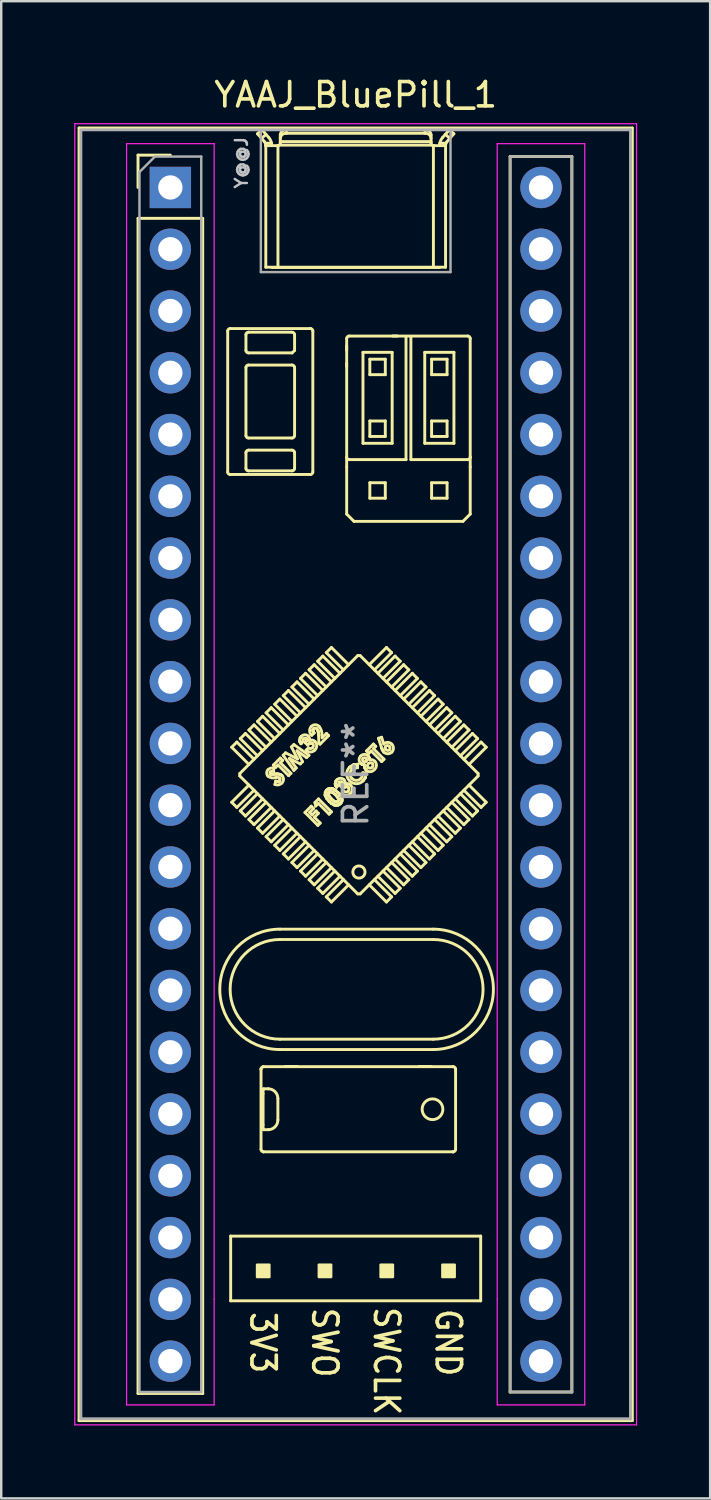
<source format=kicad_pcb>
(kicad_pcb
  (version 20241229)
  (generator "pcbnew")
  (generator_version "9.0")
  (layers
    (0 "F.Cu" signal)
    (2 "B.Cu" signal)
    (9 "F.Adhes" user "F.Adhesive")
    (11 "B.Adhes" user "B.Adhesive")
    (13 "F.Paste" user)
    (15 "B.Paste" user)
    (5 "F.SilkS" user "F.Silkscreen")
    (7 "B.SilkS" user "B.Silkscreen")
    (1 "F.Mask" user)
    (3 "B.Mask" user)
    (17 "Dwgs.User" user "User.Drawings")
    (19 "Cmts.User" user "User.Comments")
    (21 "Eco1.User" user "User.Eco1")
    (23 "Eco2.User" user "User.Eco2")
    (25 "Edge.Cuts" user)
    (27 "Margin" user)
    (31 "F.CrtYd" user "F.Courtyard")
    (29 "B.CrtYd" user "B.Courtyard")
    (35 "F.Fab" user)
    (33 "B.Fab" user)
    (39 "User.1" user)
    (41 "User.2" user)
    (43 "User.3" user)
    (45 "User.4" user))
  (footprint "YAAJ_BluePill_1"
    (layer "F.Cu")
    (at 3.955 4.658)
    (property "Reference" "YAAJ_BluePill_1" (at 7.62 -3.81 0) (layer "F.SilkS") (effects (font (size 1 1) (thickness 0.15))))
    (attr through_hole)
    (fp_line (start -3.755 -2.445) (end 18.995 -2.445) (stroke (width 0.12) (type solid)) (layer "F.SilkS"))
    (fp_line (start -3.755 50.705) (end -3.755 -2.445) (stroke (width 0.12) (type solid)) (layer "F.SilkS"))
    (fp_line (start -1.33 -1.33) (end 0 -1.33) (stroke (width 0.12) (type solid)) (layer "F.SilkS"))
    (fp_line (start -1.33 0) (end -1.33 -1.33) (stroke (width 0.12) (type solid)) (layer "F.SilkS"))
    (fp_line (start -1.33 1.27) (end 1.33 1.27) (stroke (width 0.12) (type solid)) (layer "F.SilkS"))
    (fp_line (start -1.33 49.59) (end -1.33 1.27) (stroke (width 0.12) (type solid)) (layer "F.SilkS"))
    (fp_line (start 1.33 1.27) (end 1.33 49.59) (stroke (width 0.12) (type solid)) (layer "F.SilkS"))
    (fp_line (start 1.33 49.59) (end -1.33 49.59) (stroke (width 0.12) (type solid)) (layer "F.SilkS"))
    (fp_line (start 2.358 5.902) (end 2.358 11.702) (stroke (width 0.12) (type solid)) (layer "F.SilkS"))
    (fp_line (start 2.458 11.802) (end 5.758 11.802) (stroke (width 0.12) (type solid)) (layer "F.SilkS"))
    (fp_line (start 2.48 43.12) (end 2.48 45.78) (stroke (width 0.12) (type solid)) (layer "F.SilkS"))
    (fp_line (start 2.48 45.78) (end 12.76 45.78) (stroke (width 0.12) (type solid)) (layer "F.SilkS"))
    (fp_line (start 2.522 23.017) (end 3.229 23.724) (stroke (width 0.12) (type solid)) (layer "F.SilkS"))
    (fp_line (start 2.522 25.28) (end 3.229 24.573) (stroke (width 0.12) (type solid)) (layer "F.SilkS"))
    (fp_line (start 2.734 22.805) (end 2.522 23.017) (stroke (width 0.12) (type solid)) (layer "F.SilkS"))
    (fp_line (start 2.734 22.805) (end 3.441 23.512) (stroke (width 0.12) (type solid)) (layer "F.SilkS"))
    (fp_line (start 2.734 25.492) (end 2.522 25.28) (stroke (width 0.12) (type solid)) (layer "F.SilkS"))
    (fp_line (start 2.734 25.492) (end 3.441 24.785) (stroke (width 0.12) (type solid)) (layer "F.SilkS"))
    (fp_line (start 2.855 24.199) (end 2.855 24.099) (stroke (width 0.12) (type solid)) (layer "F.SilkS"))
    (fp_line (start 2.855 24.199) (end 7.704 29.048) (stroke (width 0.12) (type solid)) (layer "F.SilkS"))
    (fp_line (start 2.875 22.664) (end 3.583 23.371) (stroke (width 0.12) (type solid)) (layer "F.SilkS"))
    (fp_line (start 2.875 25.634) (end 3.583 24.926) (stroke (width 0.12) (type solid)) (layer "F.SilkS"))
    (fp_line (start 3.088 22.452) (end 2.875 22.664) (stroke (width 0.12) (type solid)) (layer "F.SilkS"))
    (fp_line (start 3.088 22.452) (end 3.795 23.159) (stroke (width 0.12) (type solid)) (layer "F.SilkS"))
    (fp_line (start 3.088 25.846) (end 2.875 25.634) (stroke (width 0.12) (type solid)) (layer "F.SilkS"))
    (fp_line (start 3.088 25.846) (end 3.795 25.139) (stroke (width 0.12) (type solid)) (layer "F.SilkS"))
    (fp_line (start 3.108 6.702) (end 3.108 6.052) (stroke (width 0.12) (type solid)) (layer "F.SilkS"))
    (fp_line (start 3.108 10.202) (end 3.108 7.402) (stroke (width 0.12) (type solid)) (layer "F.SilkS"))
    (fp_line (start 3.108 11.552) (end 3.108 10.902) (stroke (width 0.12) (type solid)) (layer "F.SilkS"))
    (fp_line (start 3.208 5.952) (end 5.008 5.952) (stroke (width 0.12) (type solid)) (layer "F.SilkS"))
    (fp_line (start 3.208 7.302) (end 5.008 7.302) (stroke (width 0.12) (type solid)) (layer "F.SilkS"))
    (fp_line (start 3.208 10.802) (end 5.008 10.802) (stroke (width 0.12) (type solid)) (layer "F.SilkS"))
    (fp_line (start 3.229 22.31) (end 3.936 23.017) (stroke (width 0.12) (type solid)) (layer "F.SilkS"))
    (fp_line (start 3.229 25.987) (end 3.936 25.28) (stroke (width 0.12) (type solid)) (layer "F.SilkS"))
    (fp_line (start 3.441 22.098) (end 3.229 22.31) (stroke (width 0.12) (type solid)) (layer "F.SilkS"))
    (fp_line (start 3.441 22.098) (end 4.148 22.805) (stroke (width 0.12) (type solid)) (layer "F.SilkS"))
    (fp_line (start 3.441 26.199) (end 3.229 25.987) (stroke (width 0.12) (type solid)) (layer "F.SilkS"))
    (fp_line (start 3.441 26.199) (end 4.148 25.492) (stroke (width 0.12) (type solid)) (layer "F.SilkS"))
    (fp_line (start 3.583 -2.207) (end 3.861 -1.891) (stroke (width 0.12) (type solid)) (layer "F.SilkS"))
    (fp_line (start 3.583 21.957) (end 4.29 22.664) (stroke (width 0.12) (type solid)) (layer "F.SilkS"))
    (fp_line (start 3.583 26.341) (end 4.29 25.634) (stroke (width 0.12) (type solid)) (layer "F.SilkS"))
    (fp_line (start 3.728 36.253) (end 3.728 39.553) (stroke (width 0.12) (type solid)) (layer "F.SilkS"))
    (fp_line (start 3.728 36.252) (end 3.728 36.253) (stroke (width 0.12) (type solid)) (layer "F.SilkS"))
    (fp_line (start 3.748 -2.02) (end 3.933 -2.182) (stroke (width 0.12) (type solid)) (layer "F.SilkS"))
    (fp_line (start 3.767 -2.37) (end 3.583 -2.207) (stroke (width 0.12) (type solid)) (layer "F.SilkS"))
    (fp_line (start 3.795 21.744) (end 3.583 21.957) (stroke (width 0.12) (type solid)) (layer "F.SilkS"))
    (fp_line (start 3.795 21.744) (end 4.502 22.452) (stroke (width 0.12) (type solid)) (layer "F.SilkS"))
    (fp_line (start 3.795 26.553) (end 3.583 26.341) (stroke (width 0.12) (type solid)) (layer "F.SilkS"))
    (fp_line (start 3.795 26.553) (end 4.502 25.846) (stroke (width 0.12) (type solid)) (layer "F.SilkS"))
    (fp_line (start 3.812 38.544) (end 3.812 37.262) (stroke (width 0.12) (type solid)) (layer "F.SilkS"))
    (fp_line (start 3.827 39.653) (end 3.828 39.653) (stroke (width 0.12) (type solid)) (layer "F.SilkS"))
    (fp_line (start 3.828 36.153) (end 3.827 36.153) (stroke (width 0.12) (type solid)) (layer "F.SilkS"))
    (fp_line (start 3.828 36.153) (end 11.628 36.153) (stroke (width 0.12) (type solid)) (layer "F.SilkS"))
    (fp_line (start 3.828 39.653) (end 11.628 39.653) (stroke (width 0.12) (type solid)) (layer "F.SilkS"))
    (fp_line (start 3.834 38.744) (end 4.021 38.744) (stroke (width 0.12) (type solid)) (layer "F.SilkS"))
    (fp_line (start 3.924 -1.728) (end 3.929 -1.72) (stroke (width 0.12) (type solid)) (layer "F.SilkS"))
    (fp_line (start 3.924 -1.726) (end 3.924 -1.728) (stroke (width 0.12) (type solid)) (layer "F.SilkS"))
    (fp_line (start 3.924 -1.726) (end 3.924 3.28) (stroke (width 0.12) (type solid)) (layer "F.SilkS"))
    (fp_line (start 3.929 -1.72) (end 3.93 -1.72) (stroke (width 0.12) (type solid)) (layer "F.SilkS"))
    (fp_line (start 3.93 -1.72) (end 4.42 -1.72) (stroke (width 0.12) (type solid)) (layer "F.SilkS"))
    (fp_line (start 3.936 21.603) (end 4.643 22.31) (stroke (width 0.12) (type solid)) (layer "F.SilkS"))
    (fp_line (start 3.936 26.694) (end 4.643 25.987) (stroke (width 0.12) (type solid)) (layer "F.SilkS"))
    (fp_line (start 4.021 37.062) (end 3.834 37.062) (stroke (width 0.12) (type solid)) (layer "F.SilkS"))
    (fp_line (start 4.045 -2.055) (end 3.767 -2.37) (stroke (width 0.12) (type solid)) (layer "F.SilkS"))
    (fp_line (start 4.108 24.11) (end 4.126 24.122) (stroke (width 0.12) (type solid)) (layer "F.SilkS"))
    (fp_line (start 4.108 24.11) (end 4.126 24.122) (stroke (width 0.12) (type solid)) (layer "F.SilkS"))
    (fp_line (start 4.126 24.122) (end 4.142 24.127) (stroke (width 0.12) (type solid)) (layer "F.SilkS"))
    (fp_line (start 4.126 24.122) (end 4.142 24.127) (stroke (width 0.12) (type solid)) (layer "F.SilkS"))
    (fp_line (start 4.142 24.127) (end 4.221 24.127) (stroke (width 0.12) (type solid)) (layer "F.SilkS"))
    (fp_line (start 4.142 24.127) (end 4.221 24.127) (stroke (width 0.12) (type solid)) (layer "F.SilkS"))
    (fp_line (start 4.148 21.391) (end 3.936 21.603) (stroke (width 0.12) (type solid)) (layer "F.SilkS"))
    (fp_line (start 4.148 21.391) (end 4.855 22.098) (stroke (width 0.12) (type solid)) (layer "F.SilkS"))
    (fp_line (start 4.148 26.906) (end 3.936 26.694) (stroke (width 0.12) (type solid)) (layer "F.SilkS"))
    (fp_line (start 4.148 26.906) (end 4.855 26.199) (stroke (width 0.12) (type solid)) (layer "F.SilkS"))
    (fp_line (start 4.161 -1.82) (end 3.905 -1.82) (stroke (width 0.12) (type solid)) (layer "F.SilkS"))
    (fp_line (start 4.17 -1.72) (end 4.17 -1.724) (stroke (width 0.12) (type solid)) (layer "F.SilkS"))
    (fp_line (start 4.221 24.127) (end 4.283 24.123) (stroke (width 0.12) (type solid)) (layer "F.SilkS"))
    (fp_line (start 4.221 24.127) (end 4.283 24.123) (stroke (width 0.12) (type solid)) (layer "F.SilkS"))
    (fp_line (start 4.236 23.749) (end 4.522 23.463) (stroke (width 0.12) (type solid)) (layer "F.SilkS"))
    (fp_line (start 4.253 23.874) (end 4.247 24.011) (stroke (width 0.12) (type solid)) (layer "F.SilkS"))
    (fp_line (start 4.283 24.123) (end 4.355 24.118) (stroke (width 0.12) (type solid)) (layer "F.SilkS"))
    (fp_line (start 4.283 24.123) (end 4.355 24.118) (stroke (width 0.12) (type solid)) (layer "F.SilkS"))
    (fp_line (start 4.29 21.249) (end 4.997 21.957) (stroke (width 0.12) (type solid)) (layer "F.SilkS"))
    (fp_line (start 4.29 27.048) (end 4.997 26.341) (stroke (width 0.12) (type solid)) (layer "F.SilkS"))
    (fp_line (start 4.3 24.547) (end 4.334 24.413) (stroke (width 0.12) (type solid)) (layer "F.SilkS"))
    (fp_line (start 4.331 23.844) (end 4.236 23.749) (stroke (width 0.12) (type solid)) (layer "F.SilkS"))
    (fp_line (start 4.334 24.413) (end 4.424 24.424) (stroke (width 0.12) (type solid)) (layer "F.SilkS"))
    (fp_line (start 4.334 24.413) (end 4.424 24.424) (stroke (width 0.12) (type solid)) (layer "F.SilkS"))
    (fp_line (start 4.355 24.118) (end 4.412 24.116) (stroke (width 0.12) (type solid)) (layer "F.SilkS"))
    (fp_line (start 4.355 24.118) (end 4.412 24.116) (stroke (width 0.12) (type solid)) (layer "F.SilkS"))
    (fp_line (start 4.412 24.116) (end 4.518 24.135) (stroke (width 0.12) (type solid)) (layer "F.SilkS"))
    (fp_line (start 4.412 24.116) (end 4.518 24.135) (stroke (width 0.12) (type solid)) (layer "F.SilkS"))
    (fp_line (start 4.42 -1.72) (end 4.424 -1.72) (stroke (width 0.12) (type solid)) (layer "F.SilkS"))
    (fp_line (start 4.421 37.462) (end 4.421 38.344) (stroke (width 0.12) (type solid)) (layer "F.SilkS"))
    (fp_line (start 4.424 -1.72) (end 4.424 3.29) (stroke (width 0.12) (type solid)) (layer "F.SilkS"))
    (fp_line (start 4.424 24.424) (end 4.459 24.415) (stroke (width 0.12) (type solid)) (layer "F.SilkS"))
    (fp_line (start 4.424 24.424) (end 4.459 24.415) (stroke (width 0.12) (type solid)) (layer "F.SilkS"))
    (fp_line (start 4.427 23.749) (end 4.331 23.844) (stroke (width 0.12) (type solid)) (layer "F.SilkS"))
    (fp_line (start 4.459 24.415) (end 4.489 24.394) (stroke (width 0.12) (type solid)) (layer "F.SilkS"))
    (fp_line (start 4.459 24.415) (end 4.489 24.394) (stroke (width 0.12) (type solid)) (layer "F.SilkS"))
    (fp_line (start 4.502 21.037) (end 4.29 21.249) (stroke (width 0.12) (type solid)) (layer "F.SilkS"))
    (fp_line (start 4.502 21.037) (end 5.209 21.744) (stroke (width 0.12) (type solid)) (layer "F.SilkS"))
    (fp_line (start 4.502 27.26) (end 4.29 27.048) (stroke (width 0.12) (type solid)) (layer "F.SilkS"))
    (fp_line (start 4.502 27.26) (end 5.209 26.553) (stroke (width 0.12) (type solid)) (layer "F.SilkS"))
    (fp_line (start 4.508 30.923) (end 10.808 30.923) (stroke (width 0.12) (type solid)) (layer "F.SilkS"))
    (fp_line (start 4.508 35.448) (end 10.808 35.448) (stroke (width 0.12) (type solid)) (layer "F.SilkS"))
    (fp_line (start 4.518 24.135) (end 4.588 24.183) (stroke (width 0.12) (type solid)) (layer "F.SilkS"))
    (fp_line (start 4.518 24.135) (end 4.588 24.183) (stroke (width 0.12) (type solid)) (layer "F.SilkS"))
    (fp_line (start 4.52 -2.165) (end 4.52 -1.82) (stroke (width 0.12) (type solid)) (layer "F.SilkS"))
    (fp_line (start 4.52 -1.885) (end 10.72 -1.885) (stroke (width 0.12) (type solid)) (layer "F.SilkS"))
    (fp_line (start 4.522 23.463) (end 4.617 23.559) (stroke (width 0.12) (type solid)) (layer "F.SilkS"))
    (fp_line (start 4.522 23.654) (end 4.957 24.089) (stroke (width 0.12) (type solid)) (layer "F.SilkS"))
    (fp_line (start 4.617 23.559) (end 4.522 23.654) (stroke (width 0.12) (type solid)) (layer "F.SilkS"))
    (fp_line (start 4.639 23.347) (end 4.737 23.248) (stroke (width 0.12) (type solid)) (layer "F.SilkS"))
    (fp_line (start 4.643 20.896) (end 5.35 21.603) (stroke (width 0.12) (type solid)) (layer "F.SilkS"))
    (fp_line (start 4.643 27.401) (end 5.35 26.694) (stroke (width 0.12) (type solid)) (layer "F.SilkS"))
    (fp_line (start 4.737 23.248) (end 5.228 23.497) (stroke (width 0.12) (type solid)) (layer "F.SilkS"))
    (fp_line (start 4.77 -2.227) (end 4.77 -2.37) (stroke (width 0.12) (type solid)) (layer "F.SilkS"))
    (fp_line (start 4.855 20.684) (end 4.643 20.896) (stroke (width 0.12) (type solid)) (layer "F.SilkS"))
    (fp_line (start 4.855 20.684) (end 5.562 21.391) (stroke (width 0.12) (type solid)) (layer "F.SilkS"))
    (fp_line (start 4.855 27.613) (end 4.643 27.401) (stroke (width 0.12) (type solid)) (layer "F.SilkS"))
    (fp_line (start 4.855 27.613) (end 5.562 26.906) (stroke (width 0.12) (type solid)) (layer "F.SilkS"))
    (fp_line (start 4.862 24.184) (end 4.427 23.749) (stroke (width 0.12) (type solid)) (layer "F.SilkS"))
    (fp_line (start 4.897 23.479) (end 5.176 23.87) (stroke (width 0.12) (type solid)) (layer "F.SilkS"))
    (fp_line (start 4.957 24.089) (end 4.862 24.184) (stroke (width 0.12) (type solid)) (layer "F.SilkS"))
    (fp_line (start 4.98 23.005) (end 5.078 22.907) (stroke (width 0.12) (type solid)) (layer "F.SilkS"))
    (fp_line (start 4.997 20.542) (end 5.704 21.249) (stroke (width 0.12) (type solid)) (layer "F.SilkS"))
    (fp_line (start 4.997 27.755) (end 5.704 27.048) (stroke (width 0.12) (type solid)) (layer "F.SilkS"))
    (fp_line (start 5.008 6.802) (end 3.208 6.802) (stroke (width 0.12) (type solid)) (layer "F.SilkS"))
    (fp_line (start 5.008 10.302) (end 3.208 10.302) (stroke (width 0.12) (type solid)) (layer "F.SilkS"))
    (fp_line (start 5.008 11.652) (end 3.208 11.652) (stroke (width 0.12) (type solid)) (layer "F.SilkS"))
    (fp_line (start 5.078 22.907) (end 5.698 23.348) (stroke (width 0.12) (type solid)) (layer "F.SilkS"))
    (fp_line (start 5.079 23.967) (end 4.639 23.347) (stroke (width 0.12) (type solid)) (layer "F.SilkS"))
    (fp_line (start 5.108 6.052) (end 5.108 6.702) (stroke (width 0.12) (type solid)) (layer "F.SilkS"))
    (fp_line (start 5.108 6.702) (end 5.008 6.802) (stroke (width 0.12) (type solid)) (layer "F.SilkS"))
    (fp_line (start 5.108 7.402) (end 5.108 10.202) (stroke (width 0.12) (type solid)) (layer "F.SilkS"))
    (fp_line (start 5.108 10.902) (end 5.108 11.552) (stroke (width 0.12) (type solid)) (layer "F.SilkS"))
    (fp_line (start 5.176 23.87) (end 5.079 23.967) (stroke (width 0.12) (type solid)) (layer "F.SilkS"))
    (fp_line (start 5.209 20.33) (end 4.997 20.542) (stroke (width 0.12) (type solid)) (layer "F.SilkS"))
    (fp_line (start 5.209 20.33) (end 5.916 21.037) (stroke (width 0.12) (type solid)) (layer "F.SilkS"))
    (fp_line (start 5.209 27.967) (end 4.997 27.755) (stroke (width 0.12) (type solid)) (layer "F.SilkS"))
    (fp_line (start 5.209 27.967) (end 5.916 27.26) (stroke (width 0.12) (type solid)) (layer "F.SilkS"))
    (fp_line (start 5.21 23.166) (end 5.435 23.611) (stroke (width 0.12) (type solid)) (layer "F.SilkS"))
    (fp_line (start 5.228 36.143) (end 4.728 36.143) (stroke (width 0.12) (type solid)) (layer "F.SilkS"))
    (fp_line (start 5.228 23.497) (end 4.98 23.005) (stroke (width 0.12) (type solid)) (layer "F.SilkS"))
    (fp_line (start 5.319 22.738) (end 5.339 22.637) (stroke (width 0.12) (type solid)) (layer "F.SilkS"))
    (fp_line (start 5.319 22.738) (end 5.339 22.637) (stroke (width 0.12) (type solid)) (layer "F.SilkS"))
    (fp_line (start 5.331 22.801) (end 5.319 22.738) (stroke (width 0.12) (type solid)) (layer "F.SilkS"))
    (fp_line (start 5.331 22.801) (end 5.319 22.738) (stroke (width 0.12) (type solid)) (layer "F.SilkS"))
    (fp_line (start 5.339 22.637) (end 5.387 22.571) (stroke (width 0.12) (type solid)) (layer "F.SilkS"))
    (fp_line (start 5.339 22.637) (end 5.387 22.571) (stroke (width 0.12) (type solid)) (layer "F.SilkS"))
    (fp_line (start 5.342 23.704) (end 4.897 23.479) (stroke (width 0.12) (type solid)) (layer "F.SilkS"))
    (fp_line (start 5.35 20.189) (end 6.057 20.896) (stroke (width 0.12) (type solid)) (layer "F.SilkS"))
    (fp_line (start 5.35 28.108) (end 6.057 27.401) (stroke (width 0.12) (type solid)) (layer "F.SilkS"))
    (fp_line (start 5.372 22.872) (end 5.331 22.801) (stroke (width 0.12) (type solid)) (layer "F.SilkS"))
    (fp_line (start 5.372 22.872) (end 5.331 22.801) (stroke (width 0.12) (type solid)) (layer "F.SilkS"))
    (fp_line (start 5.435 23.611) (end 5.342 23.704) (stroke (width 0.12) (type solid)) (layer "F.SilkS"))
    (fp_line (start 5.467 22.777) (end 5.372 22.872) (stroke (width 0.12) (type solid)) (layer "F.SilkS"))
    (fp_line (start 5.535 25.7) (end 5.793 25.442) (stroke (width 0.12) (type solid)) (layer "F.SilkS"))
    (fp_line (start 5.549 22.831) (end 5.6 22.752) (stroke (width 0.12) (type solid)) (layer "F.SilkS"))
    (fp_line (start 5.549 22.831) (end 5.6 22.752) (stroke (width 0.12) (type solid)) (layer "F.SilkS"))
    (fp_line (start 5.562 19.977) (end 5.35 20.189) (stroke (width 0.12) (type solid)) (layer "F.SilkS"))
    (fp_line (start 5.562 19.977) (end 6.27 20.684) (stroke (width 0.12) (type solid)) (layer "F.SilkS"))
    (fp_line (start 5.562 28.321) (end 5.35 28.108) (stroke (width 0.12) (type solid)) (layer "F.SilkS"))
    (fp_line (start 5.562 28.321) (end 6.27 27.613) (stroke (width 0.12) (type solid)) (layer "F.SilkS"))
    (fp_line (start 5.583 23.137) (end 5.678 23.042) (stroke (width 0.12) (type solid)) (layer "F.SilkS"))
    (fp_line (start 5.598 22.683) (end 5.585 22.664) (stroke (width 0.12) (type solid)) (layer "F.SilkS"))
    (fp_line (start 5.598 22.683) (end 5.585 22.664) (stroke (width 0.12) (type solid)) (layer "F.SilkS"))
    (fp_line (start 5.6 22.752) (end 5.605 22.706) (stroke (width 0.12) (type solid)) (layer "F.SilkS"))
    (fp_line (start 5.6 22.752) (end 5.605 22.706) (stroke (width 0.12) (type solid)) (layer "F.SilkS"))
    (fp_line (start 5.602 23.444) (end 5.21 23.166) (stroke (width 0.12) (type solid)) (layer "F.SilkS"))
    (fp_line (start 5.605 22.706) (end 5.598 22.683) (stroke (width 0.12) (type solid)) (layer "F.SilkS"))
    (fp_line (start 5.605 22.706) (end 5.598 22.683) (stroke (width 0.12) (type solid)) (layer "F.SilkS"))
    (fp_line (start 5.637 22.92) (end 5.549 22.831) (stroke (width 0.12) (type solid)) (layer "F.SilkS"))
    (fp_line (start 5.698 23.348) (end 5.602 23.444) (stroke (width 0.12) (type solid)) (layer "F.SilkS"))
    (fp_line (start 5.704 19.835) (end 6.411 20.542) (stroke (width 0.12) (type solid)) (layer "F.SilkS"))
    (fp_line (start 5.704 28.462) (end 6.411 27.755) (stroke (width 0.12) (type solid)) (layer "F.SilkS"))
    (fp_line (start 5.725 25.7) (end 5.827 25.802) (stroke (width 0.12) (type solid)) (layer "F.SilkS"))
    (fp_line (start 5.738 22.854) (end 5.637 22.92) (stroke (width 0.12) (type solid)) (layer "F.SilkS"))
    (fp_line (start 5.738 22.854) (end 5.637 22.92) (stroke (width 0.12) (type solid)) (layer "F.SilkS"))
    (fp_line (start 5.758 5.802) (end 2.458 5.802) (stroke (width 0.12) (type solid)) (layer "F.SilkS"))
    (fp_line (start 5.762 5.802) (end 5.758 5.802) (stroke (width 0.12) (type solid)) (layer "F.SilkS"))
    (fp_line (start 5.793 25.442) (end 5.888 25.537) (stroke (width 0.12) (type solid)) (layer "F.SilkS"))
    (fp_line (start 5.798 22.849) (end 5.738 22.854) (stroke (width 0.12) (type solid)) (layer "F.SilkS"))
    (fp_line (start 5.798 22.849) (end 5.738 22.854) (stroke (width 0.12) (type solid)) (layer "F.SilkS"))
    (fp_line (start 5.827 25.802) (end 5.99 25.639) (stroke (width 0.12) (type solid)) (layer "F.SilkS"))
    (fp_line (start 5.827 22.858) (end 5.798 22.849) (stroke (width 0.12) (type solid)) (layer "F.SilkS"))
    (fp_line (start 5.827 22.858) (end 5.798 22.849) (stroke (width 0.12) (type solid)) (layer "F.SilkS"))
    (fp_line (start 5.852 22.876) (end 5.827 22.858) (stroke (width 0.12) (type solid)) (layer "F.SilkS"))
    (fp_line (start 5.852 22.876) (end 5.827 22.858) (stroke (width 0.12) (type solid)) (layer "F.SilkS"))
    (fp_line (start 5.858 11.702) (end 5.858 5.902) (stroke (width 0.12) (type solid)) (layer "F.SilkS"))
    (fp_line (start 5.862 22.307) (end 5.866 22.36) (stroke (width 0.12) (type solid)) (layer "F.SilkS"))
    (fp_line (start 5.862 22.307) (end 5.866 22.36) (stroke (width 0.12) (type solid)) (layer "F.SilkS"))
    (fp_line (start 5.866 22.36) (end 5.909 22.43) (stroke (width 0.12) (type solid)) (layer "F.SilkS"))
    (fp_line (start 5.866 22.36) (end 5.909 22.43) (stroke (width 0.12) (type solid)) (layer "F.SilkS"))
    (fp_line (start 5.887 22.261) (end 5.862 22.307) (stroke (width 0.12) (type solid)) (layer "F.SilkS"))
    (fp_line (start 5.887 22.261) (end 5.862 22.307) (stroke (width 0.12) (type solid)) (layer "F.SilkS"))
    (fp_line (start 5.888 25.537) (end 5.725 25.7) (stroke (width 0.12) (type solid)) (layer "F.SilkS"))
    (fp_line (start 5.909 22.43) (end 5.814 22.525) (stroke (width 0.12) (type solid)) (layer "F.SilkS"))
    (fp_line (start 5.916 19.623) (end 5.704 19.835) (stroke (width 0.12) (type solid)) (layer "F.SilkS"))
    (fp_line (start 5.916 19.623) (end 6.623 20.33) (stroke (width 0.12) (type solid)) (layer "F.SilkS"))
    (fp_line (start 5.916 28.674) (end 5.704 28.462) (stroke (width 0.12) (type solid)) (layer "F.SilkS"))
    (fp_line (start 5.916 28.674) (end 6.623 27.967) (stroke (width 0.12) (type solid)) (layer "F.SilkS"))
    (fp_line (start 5.922 25.898) (end 6.16 26.136) (stroke (width 0.12) (type solid)) (layer "F.SilkS"))
    (fp_line (start 5.945 25.29) (end 6.092 25.143) (stroke (width 0.12) (type solid)) (layer "F.SilkS"))
    (fp_line (start 5.977 25.435) (end 5.945 25.29) (stroke (width 0.12) (type solid)) (layer "F.SilkS"))
    (fp_line (start 5.99 25.639) (end 6.086 25.734) (stroke (width 0.12) (type solid)) (layer "F.SilkS"))
    (fp_line (start 6.057 19.482) (end 6.765 20.189) (stroke (width 0.12) (type solid)) (layer "F.SilkS"))
    (fp_line (start 6.057 28.815) (end 6.765 28.108) (stroke (width 0.12) (type solid)) (layer "F.SilkS"))
    (fp_line (start 6.065 26.231) (end 5.535 25.7) (stroke (width 0.12) (type solid)) (layer "F.SilkS"))
    (fp_line (start 6.08 22.368) (end 6.027 22.263) (stroke (width 0.12) (type solid)) (layer "F.SilkS"))
    (fp_line (start 6.08 22.368) (end 6.027 22.263) (stroke (width 0.12) (type solid)) (layer "F.SilkS"))
    (fp_line (start 6.086 25.326) (end 5.977 25.435) (stroke (width 0.12) (type solid)) (layer "F.SilkS"))
    (fp_line (start 6.086 25.734) (end 5.922 25.898) (stroke (width 0.12) (type solid)) (layer "F.SilkS"))
    (fp_line (start 6.092 25.143) (end 6.623 25.673) (stroke (width 0.12) (type solid)) (layer "F.SilkS"))
    (fp_line (start 6.095 22.52) (end 6.08 22.368) (stroke (width 0.12) (type solid)) (layer "F.SilkS"))
    (fp_line (start 6.095 22.52) (end 6.08 22.368) (stroke (width 0.12) (type solid)) (layer "F.SilkS"))
    (fp_line (start 6.105 22.844) (end 6.095 22.52) (stroke (width 0.12) (type solid)) (layer "F.SilkS"))
    (fp_line (start 6.154 22.892) (end 6.105 22.844) (stroke (width 0.12) (type solid)) (layer "F.SilkS"))
    (fp_line (start 6.16 26.136) (end 6.065 26.231) (stroke (width 0.12) (type solid)) (layer "F.SilkS"))
    (fp_line (start 6.232 22.51) (end 6.24 22.629) (stroke (width 0.12) (type solid)) (layer "F.SilkS"))
    (fp_line (start 6.24 22.629) (end 6.419 22.45) (stroke (width 0.12) (type solid)) (layer "F.SilkS"))
    (fp_line (start 6.27 19.27) (end 6.057 19.482) (stroke (width 0.12) (type solid)) (layer "F.SilkS"))
    (fp_line (start 6.27 19.27) (end 6.977 19.977) (stroke (width 0.12) (type solid)) (layer "F.SilkS"))
    (fp_line (start 6.27 29.028) (end 6.057 28.815) (stroke (width 0.12) (type solid)) (layer "F.SilkS"))
    (fp_line (start 6.27 29.028) (end 6.977 28.321) (stroke (width 0.12) (type solid)) (layer "F.SilkS"))
    (fp_line (start 6.365 24.988) (end 6.373 24.863) (stroke (width 0.12) (type solid)) (layer "F.SilkS"))
    (fp_line (start 6.365 24.988) (end 6.373 24.863) (stroke (width 0.12) (type solid)) (layer "F.SilkS"))
    (fp_line (start 6.373 24.863) (end 6.427 24.781) (stroke (width 0.12) (type solid)) (layer "F.SilkS"))
    (fp_line (start 6.373 24.863) (end 6.427 24.781) (stroke (width 0.12) (type solid)) (layer "F.SilkS"))
    (fp_line (start 6.411 19.128) (end 7.118 19.835) (stroke (width 0.12) (type solid)) (layer "F.SilkS"))
    (fp_line (start 6.411 29.169) (end 7.118 28.462) (stroke (width 0.12) (type solid)) (layer "F.SilkS"))
    (fp_line (start 6.419 22.45) (end 6.507 22.539) (stroke (width 0.12) (type solid)) (layer "F.SilkS"))
    (fp_line (start 6.421 25.111) (end 6.365 24.988) (stroke (width 0.12) (type solid)) (layer "F.SilkS"))
    (fp_line (start 6.421 25.111) (end 6.365 24.988) (stroke (width 0.12) (type solid)) (layer "F.SilkS"))
    (fp_line (start 6.427 24.781) (end 6.48 24.74) (stroke (width 0.12) (type solid)) (layer "F.SilkS"))
    (fp_line (start 6.427 24.781) (end 6.48 24.74) (stroke (width 0.12) (type solid)) (layer "F.SilkS"))
    (fp_line (start 6.48 24.74) (end 6.541 24.715) (stroke (width 0.12) (type solid)) (layer "F.SilkS"))
    (fp_line (start 6.48 24.74) (end 6.541 24.715) (stroke (width 0.12) (type solid)) (layer "F.SilkS"))
    (fp_line (start 6.496 24.948) (end 6.524 25.024) (stroke (width 0.12) (type solid)) (layer "F.SilkS"))
    (fp_line (start 6.496 24.948) (end 6.524 25.024) (stroke (width 0.12) (type solid)) (layer "F.SilkS"))
    (fp_line (start 6.503 24.908) (end 6.496 24.948) (stroke (width 0.12) (type solid)) (layer "F.SilkS"))
    (fp_line (start 6.503 24.908) (end 6.496 24.948) (stroke (width 0.12) (type solid)) (layer "F.SilkS"))
    (fp_line (start 6.507 22.539) (end 6.154 22.892) (stroke (width 0.12) (type solid)) (layer "F.SilkS"))
    (fp_line (start 6.524 25.024) (end 6.629 25.149) (stroke (width 0.12) (type solid)) (layer "F.SilkS"))
    (fp_line (start 6.524 25.024) (end 6.629 25.149) (stroke (width 0.12) (type solid)) (layer "F.SilkS"))
    (fp_line (start 6.525 24.874) (end 6.503 24.908) (stroke (width 0.12) (type solid)) (layer "F.SilkS"))
    (fp_line (start 6.525 24.874) (end 6.503 24.908) (stroke (width 0.12) (type solid)) (layer "F.SilkS"))
    (fp_line (start 6.528 25.768) (end 6.086 25.326) (stroke (width 0.12) (type solid)) (layer "F.SilkS"))
    (fp_line (start 6.533 25.243) (end 6.421 25.111) (stroke (width 0.12) (type solid)) (layer "F.SilkS"))
    (fp_line (start 6.533 25.243) (end 6.421 25.111) (stroke (width 0.12) (type solid)) (layer "F.SilkS"))
    (fp_line (start 6.541 24.715) (end 6.608 24.71) (stroke (width 0.12) (type solid)) (layer "F.SilkS"))
    (fp_line (start 6.541 24.715) (end 6.608 24.71) (stroke (width 0.12) (type solid)) (layer "F.SilkS"))
    (fp_line (start 6.558 24.852) (end 6.525 24.874) (stroke (width 0.12) (type solid)) (layer "F.SilkS"))
    (fp_line (start 6.558 24.852) (end 6.525 24.874) (stroke (width 0.12) (type solid)) (layer "F.SilkS"))
    (fp_line (start 6.597 24.848) (end 6.558 24.852) (stroke (width 0.12) (type solid)) (layer "F.SilkS"))
    (fp_line (start 6.597 24.848) (end 6.558 24.852) (stroke (width 0.12) (type solid)) (layer "F.SilkS"))
    (fp_line (start 6.608 24.71) (end 6.673 24.725) (stroke (width 0.12) (type solid)) (layer "F.SilkS"))
    (fp_line (start 6.608 24.71) (end 6.673 24.725) (stroke (width 0.12) (type solid)) (layer "F.SilkS"))
    (fp_line (start 6.623 25.673) (end 6.528 25.768) (stroke (width 0.12) (type solid)) (layer "F.SilkS"))
    (fp_line (start 6.623 18.916) (end 6.411 19.128) (stroke (width 0.12) (type solid)) (layer "F.SilkS"))
    (fp_line (start 6.623 18.916) (end 7.33 19.623) (stroke (width 0.12) (type solid)) (layer "F.SilkS"))
    (fp_line (start 6.623 29.381) (end 6.411 29.169) (stroke (width 0.12) (type solid)) (layer "F.SilkS"))
    (fp_line (start 6.623 29.381) (end 7.33 28.674) (stroke (width 0.12) (type solid)) (layer "F.SilkS"))
    (fp_line (start 6.629 25.149) (end 6.749 25.246) (stroke (width 0.12) (type solid)) (layer "F.SilkS"))
    (fp_line (start 6.629 25.149) (end 6.749 25.246) (stroke (width 0.12) (type solid)) (layer "F.SilkS"))
    (fp_line (start 6.631 25.331) (end 6.533 25.243) (stroke (width 0.12) (type solid)) (layer "F.SilkS"))
    (fp_line (start 6.631 25.331) (end 6.533 25.243) (stroke (width 0.12) (type solid)) (layer "F.SilkS"))
    (fp_line (start 6.671 24.873) (end 6.597 24.848) (stroke (width 0.12) (type solid)) (layer "F.SilkS"))
    (fp_line (start 6.671 24.873) (end 6.597 24.848) (stroke (width 0.12) (type solid)) (layer "F.SilkS"))
    (fp_line (start 6.673 24.725) (end 6.788 24.789) (stroke (width 0.12) (type solid)) (layer "F.SilkS"))
    (fp_line (start 6.673 24.725) (end 6.788 24.789) (stroke (width 0.12) (type solid)) (layer "F.SilkS"))
    (fp_line (start 6.746 25.394) (end 6.631 25.331) (stroke (width 0.12) (type solid)) (layer "F.SilkS"))
    (fp_line (start 6.746 25.394) (end 6.631 25.331) (stroke (width 0.12) (type solid)) (layer "F.SilkS"))
    (fp_line (start 6.749 25.246) (end 6.822 25.268) (stroke (width 0.12) (type solid)) (layer "F.SilkS"))
    (fp_line (start 6.749 25.246) (end 6.822 25.268) (stroke (width 0.12) (type solid)) (layer "F.SilkS"))
    (fp_line (start 6.781 24.526) (end 6.801 24.425) (stroke (width 0.12) (type solid)) (layer "F.SilkS"))
    (fp_line (start 6.781 24.526) (end 6.801 24.425) (stroke (width 0.12) (type solid)) (layer "F.SilkS"))
    (fp_line (start 6.788 24.789) (end 6.888 24.878) (stroke (width 0.12) (type solid)) (layer "F.SilkS"))
    (fp_line (start 6.788 24.789) (end 6.888 24.878) (stroke (width 0.12) (type solid)) (layer "F.SilkS"))
    (fp_line (start 6.793 24.973) (end 6.671 24.873) (stroke (width 0.12) (type solid)) (layer "F.SilkS"))
    (fp_line (start 6.793 24.973) (end 6.671 24.873) (stroke (width 0.12) (type solid)) (layer "F.SilkS"))
    (fp_line (start 6.793 24.589) (end 6.781 24.526) (stroke (width 0.12) (type solid)) (layer "F.SilkS"))
    (fp_line (start 6.793 24.589) (end 6.781 24.526) (stroke (width 0.12) (type solid)) (layer "F.SilkS"))
    (fp_line (start 6.801 24.425) (end 6.849 24.359) (stroke (width 0.12) (type solid)) (layer "F.SilkS"))
    (fp_line (start 6.801 24.425) (end 6.849 24.359) (stroke (width 0.12) (type solid)) (layer "F.SilkS"))
    (fp_line (start 6.811 25.407) (end 6.746 25.394) (stroke (width 0.12) (type solid)) (layer "F.SilkS"))
    (fp_line (start 6.811 25.407) (end 6.746 25.394) (stroke (width 0.12) (type solid)) (layer "F.SilkS"))
    (fp_line (start 6.822 25.268) (end 6.86 25.262) (stroke (width 0.12) (type solid)) (layer "F.SilkS"))
    (fp_line (start 6.822 25.268) (end 6.86 25.262) (stroke (width 0.12) (type solid)) (layer "F.SilkS"))
    (fp_line (start 6.834 24.66) (end 6.793 24.589) (stroke (width 0.12) (type solid)) (layer "F.SilkS"))
    (fp_line (start 6.834 24.66) (end 6.793 24.589) (stroke (width 0.12) (type solid)) (layer "F.SilkS"))
    (fp_line (start 6.856 25.043) (end 6.793 24.973) (stroke (width 0.12) (type solid)) (layer "F.SilkS"))
    (fp_line (start 6.856 25.043) (end 6.793 24.973) (stroke (width 0.12) (type solid)) (layer "F.SilkS"))
    (fp_line (start 6.86 25.262) (end 6.892 25.241) (stroke (width 0.12) (type solid)) (layer "F.SilkS"))
    (fp_line (start 6.86 25.262) (end 6.892 25.241) (stroke (width 0.12) (type solid)) (layer "F.SilkS"))
    (fp_line (start 6.876 25.402) (end 6.811 25.407) (stroke (width 0.12) (type solid)) (layer "F.SilkS"))
    (fp_line (start 6.876 25.402) (end 6.811 25.407) (stroke (width 0.12) (type solid)) (layer "F.SilkS"))
    (fp_line (start 6.888 24.878) (end 6.976 24.977) (stroke (width 0.12) (type solid)) (layer "F.SilkS"))
    (fp_line (start 6.888 24.878) (end 6.976 24.977) (stroke (width 0.12) (type solid)) (layer "F.SilkS"))
    (fp_line (start 6.914 25.146) (end 6.856 25.043) (stroke (width 0.12) (type solid)) (layer "F.SilkS"))
    (fp_line (start 6.914 25.146) (end 6.856 25.043) (stroke (width 0.12) (type solid)) (layer "F.SilkS"))
    (fp_line (start 6.929 24.565) (end 6.834 24.66) (stroke (width 0.12) (type solid)) (layer "F.SilkS"))
    (fp_line (start 6.936 25.377) (end 6.876 25.402) (stroke (width 0.12) (type solid)) (layer "F.SilkS"))
    (fp_line (start 6.936 25.377) (end 6.876 25.402) (stroke (width 0.12) (type solid)) (layer "F.SilkS"))
    (fp_line (start 6.976 24.977) (end 7.041 25.092) (stroke (width 0.12) (type solid)) (layer "F.SilkS"))
    (fp_line (start 6.976 24.977) (end 7.041 25.092) (stroke (width 0.12) (type solid)) (layer "F.SilkS"))
    (fp_line (start 6.988 25.335) (end 6.936 25.377) (stroke (width 0.12) (type solid)) (layer "F.SilkS"))
    (fp_line (start 6.988 25.335) (end 6.936 25.377) (stroke (width 0.12) (type solid)) (layer "F.SilkS"))
    (fp_line (start 7.01 24.619) (end 7.062 24.54) (stroke (width 0.12) (type solid)) (layer "F.SilkS"))
    (fp_line (start 7.01 24.619) (end 7.062 24.54) (stroke (width 0.12) (type solid)) (layer "F.SilkS"))
    (fp_line (start 7.029 25.284) (end 6.988 25.335) (stroke (width 0.12) (type solid)) (layer "F.SilkS"))
    (fp_line (start 7.029 25.284) (end 6.988 25.335) (stroke (width 0.12) (type solid)) (layer "F.SilkS"))
    (fp_line (start 7.041 25.092) (end 7.057 25.157) (stroke (width 0.12) (type solid)) (layer "F.SilkS"))
    (fp_line (start 7.041 25.092) (end 7.057 25.157) (stroke (width 0.12) (type solid)) (layer "F.SilkS"))
    (fp_line (start 7.044 24.925) (end 7.14 24.83) (stroke (width 0.12) (type solid)) (layer "F.SilkS"))
    (fp_line (start 7.054 25.223) (end 7.029 25.284) (stroke (width 0.12) (type solid)) (layer "F.SilkS"))
    (fp_line (start 7.054 25.223) (end 7.029 25.284) (stroke (width 0.12) (type solid)) (layer "F.SilkS"))
    (fp_line (start 7.057 25.157) (end 7.054 25.223) (stroke (width 0.12) (type solid)) (layer "F.SilkS"))
    (fp_line (start 7.057 25.157) (end 7.054 25.223) (stroke (width 0.12) (type solid)) (layer "F.SilkS"))
    (fp_line (start 7.06 24.471) (end 7.047 24.452) (stroke (width 0.12) (type solid)) (layer "F.SilkS"))
    (fp_line (start 7.06 24.471) (end 7.047 24.452) (stroke (width 0.12) (type solid)) (layer "F.SilkS"))
    (fp_line (start 7.062 24.54) (end 7.067 24.494) (stroke (width 0.12) (type solid)) (layer "F.SilkS"))
    (fp_line (start 7.062 24.54) (end 7.067 24.494) (stroke (width 0.12) (type solid)) (layer "F.SilkS"))
    (fp_line (start 7.067 24.494) (end 7.06 24.471) (stroke (width 0.12) (type solid)) (layer "F.SilkS"))
    (fp_line (start 7.067 24.494) (end 7.06 24.471) (stroke (width 0.12) (type solid)) (layer "F.SilkS"))
    (fp_line (start 7.099 24.708) (end 7.01 24.619) (stroke (width 0.12) (type solid)) (layer "F.SilkS"))
    (fp_line (start 7.2 24.642) (end 7.099 24.708) (stroke (width 0.12) (type solid)) (layer "F.SilkS"))
    (fp_line (start 7.2 24.642) (end 7.099 24.708) (stroke (width 0.12) (type solid)) (layer "F.SilkS"))
    (fp_line (start 7.249 6.502) (end 7.249 6.691) (stroke (width 0.12) (type solid)) (layer "F.SilkS"))
    (fp_line (start 7.249 7.231) (end 7.249 7.265) (stroke (width 0.12) (type solid)) (layer "F.SilkS"))
    (fp_line (start 7.249 7.315) (end 7.249 7.359) (stroke (width 0.12) (type solid)) (layer "F.SilkS"))
    (fp_line (start 7.25 11.09) (end 7.25 6.21) (stroke (width 0.12) (type solid)) (layer "F.SilkS"))
    (fp_line (start 7.25 11.09) (end 7.25 11.49) (stroke (width 0.12) (type solid)) (layer "F.SilkS"))
    (fp_line (start 7.25 11.49) (end 7.25 13.43) (stroke (width 0.12) (type solid)) (layer "F.SilkS"))
    (fp_line (start 7.25 13.43) (end 7.55 13.73) (stroke (width 0.12) (type solid)) (layer "F.SilkS"))
    (fp_line (start 7.26 24.637) (end 7.2 24.642) (stroke (width 0.12) (type solid)) (layer "F.SilkS"))
    (fp_line (start 7.26 24.637) (end 7.2 24.642) (stroke (width 0.12) (type solid)) (layer "F.SilkS"))
    (fp_line (start 7.289 24.646) (end 7.26 24.637) (stroke (width 0.12) (type solid)) (layer "F.SilkS"))
    (fp_line (start 7.289 24.646) (end 7.26 24.637) (stroke (width 0.12) (type solid)) (layer "F.SilkS"))
    (fp_line (start 7.314 24.664) (end 7.289 24.646) (stroke (width 0.12) (type solid)) (layer "F.SilkS"))
    (fp_line (start 7.314 24.664) (end 7.289 24.646) (stroke (width 0.12) (type solid)) (layer "F.SilkS"))
    (fp_line (start 7.35 6.11) (end 12.23 6.11) (stroke (width 0.12) (type solid)) (layer "F.SilkS"))
    (fp_line (start 7.369 23.839) (end 7.542 23.736) (stroke (width 0.12) (type solid)) (layer "F.SilkS"))
    (fp_line (start 7.369 23.839) (end 7.542 23.736) (stroke (width 0.12) (type solid)) (layer "F.SilkS"))
    (fp_line (start 7.542 23.736) (end 7.701 23.719) (stroke (width 0.12) (type solid)) (layer "F.SilkS"))
    (fp_line (start 7.542 23.736) (end 7.701 23.719) (stroke (width 0.12) (type solid)) (layer "F.SilkS"))
    (fp_line (start 7.55 13.73) (end 12.03 13.73) (stroke (width 0.12) (type solid)) (layer "F.SilkS"))
    (fp_line (start 7.555 23.876) (end 7.46 23.938) (stroke (width 0.12) (type solid)) (layer "F.SilkS"))
    (fp_line (start 7.555 23.876) (end 7.46 23.938) (stroke (width 0.12) (type solid)) (layer "F.SilkS"))
    (fp_line (start 7.698 23.855) (end 7.555 23.876) (stroke (width 0.12) (type solid)) (layer "F.SilkS"))
    (fp_line (start 7.698 23.855) (end 7.555 23.876) (stroke (width 0.12) (type solid)) (layer "F.SilkS"))
    (fp_line (start 7.701 23.719) (end 7.698 23.855) (stroke (width 0.12) (type solid)) (layer "F.SilkS"))
    (fp_line (start 7.704 19.249) (end 2.855 24.099) (stroke (width 0.12) (type solid)) (layer "F.SilkS"))
    (fp_line (start 7.704 29.048) (end 7.804 29.048) (stroke (width 0.12) (type solid)) (layer "F.SilkS"))
    (fp_line (start 7.804 19.249) (end 7.704 19.249) (stroke (width 0.12) (type solid)) (layer "F.SilkS"))
    (fp_line (start 7.886 23.723) (end 7.825 23.68) (stroke (width 0.12) (type solid)) (layer "F.SilkS"))
    (fp_line (start 7.886 23.723) (end 7.825 23.68) (stroke (width 0.12) (type solid)) (layer "F.SilkS"))
    (fp_line (start 7.91 24.068) (end 8.049 24.071) (stroke (width 0.12) (type solid)) (layer "F.SilkS"))
    (fp_line (start 7.92 6.78) (end 9.12 6.78) (stroke (width 0.12) (type solid)) (layer "F.SilkS"))
    (fp_line (start 7.92 10.52) (end 7.92 6.78) (stroke (width 0.12) (type solid)) (layer "F.SilkS"))
    (fp_line (start 7.979 23.746) (end 7.886 23.723) (stroke (width 0.12) (type solid)) (layer "F.SilkS"))
    (fp_line (start 7.979 23.746) (end 7.886 23.723) (stroke (width 0.12) (type solid)) (layer "F.SilkS"))
    (fp_line (start 7.983 23.845) (end 7.979 23.746) (stroke (width 0.12) (type solid)) (layer "F.SilkS"))
    (fp_line (start 7.983 23.845) (end 7.979 23.746) (stroke (width 0.12) (type solid)) (layer "F.SilkS"))
    (fp_line (start 8.016 24.269) (end 7.925 24.398) (stroke (width 0.12) (type solid)) (layer "F.SilkS"))
    (fp_line (start 8.016 24.269) (end 7.925 24.398) (stroke (width 0.12) (type solid)) (layer "F.SilkS"))
    (fp_line (start 8.045 23.954) (end 7.983 23.845) (stroke (width 0.12) (type solid)) (layer "F.SilkS"))
    (fp_line (start 8.045 23.954) (end 7.983 23.845) (stroke (width 0.12) (type solid)) (layer "F.SilkS"))
    (fp_line (start 8.049 24.071) (end 8.016 24.269) (stroke (width 0.12) (type solid)) (layer "F.SilkS"))
    (fp_line (start 8.049 24.071) (end 8.016 24.269) (stroke (width 0.12) (type solid)) (layer "F.SilkS"))
    (fp_line (start 8.064 23.171) (end 8.35 22.886) (stroke (width 0.12) (type solid)) (layer "F.SilkS"))
    (fp_line (start 8.133 23.376) (end 8.182 23.456) (stroke (width 0.12) (type solid)) (layer "F.SilkS"))
    (fp_line (start 8.133 23.376) (end 8.182 23.456) (stroke (width 0.12) (type solid)) (layer "F.SilkS"))
    (fp_line (start 8.159 23.266) (end 8.064 23.171) (stroke (width 0.12) (type solid)) (layer "F.SilkS"))
    (fp_line (start 8.182 23.456) (end 8.196 23.529) (stroke (width 0.12) (type solid)) (layer "F.SilkS"))
    (fp_line (start 8.182 23.456) (end 8.196 23.529) (stroke (width 0.12) (type solid)) (layer "F.SilkS"))
    (fp_line (start 8.202 7.062) (end 8.838 7.062) (stroke (width 0.12) (type solid)) (layer "F.SilkS"))
    (fp_line (start 8.202 7.698) (end 8.202 7.062) (stroke (width 0.12) (type solid)) (layer "F.SilkS"))
    (fp_line (start 8.202 9.602) (end 8.838 9.602) (stroke (width 0.12) (type solid)) (layer "F.SilkS"))
    (fp_line (start 8.202 10.238) (end 8.202 9.602) (stroke (width 0.12) (type solid)) (layer "F.SilkS"))
    (fp_line (start 8.202 12.142) (end 8.838 12.142) (stroke (width 0.12) (type solid)) (layer "F.SilkS"))
    (fp_line (start 8.202 12.778) (end 8.202 12.142) (stroke (width 0.12) (type solid)) (layer "F.SilkS"))
    (fp_line (start 8.255 23.171) (end 8.159 23.266) (stroke (width 0.12) (type solid)) (layer "F.SilkS"))
    (fp_line (start 8.35 22.886) (end 8.445 22.981) (stroke (width 0.12) (type solid)) (layer "F.SilkS"))
    (fp_line (start 8.35 23.076) (end 8.785 23.511) (stroke (width 0.12) (type solid)) (layer "F.SilkS"))
    (fp_line (start 8.445 22.981) (end 8.35 23.076) (stroke (width 0.12) (type solid)) (layer "F.SilkS"))
    (fp_line (start 8.558 22.65) (end 8.685 22.608) (stroke (width 0.12) (type solid)) (layer "F.SilkS"))
    (fp_line (start 8.685 22.608) (end 8.775 22.882) (stroke (width 0.12) (type solid)) (layer "F.SilkS"))
    (fp_line (start 8.688 23.049) (end 8.558 22.65) (stroke (width 0.12) (type solid)) (layer "F.SilkS"))
    (fp_line (start 8.69 23.606) (end 8.255 23.171) (stroke (width 0.12) (type solid)) (layer "F.SilkS"))
    (fp_line (start 8.718 23.127) (end 8.688 23.049) (stroke (width 0.12) (type solid)) (layer "F.SilkS"))
    (fp_line (start 8.718 23.127) (end 8.688 23.049) (stroke (width 0.12) (type solid)) (layer "F.SilkS"))
    (fp_line (start 8.775 23.216) (end 8.718 23.127) (stroke (width 0.12) (type solid)) (layer "F.SilkS"))
    (fp_line (start 8.775 23.216) (end 8.718 23.127) (stroke (width 0.12) (type solid)) (layer "F.SilkS"))
    (fp_line (start 8.785 23.511) (end 8.69 23.606) (stroke (width 0.12) (type solid)) (layer "F.SilkS"))
    (fp_line (start 8.838 7.062) (end 8.838 7.698) (stroke (width 0.12) (type solid)) (layer "F.SilkS"))
    (fp_line (start 8.838 7.698) (end 8.202 7.698) (stroke (width 0.12) (type solid)) (layer "F.SilkS"))
    (fp_line (start 8.838 9.602) (end 8.838 10.238) (stroke (width 0.12) (type solid)) (layer "F.SilkS"))
    (fp_line (start 8.838 10.238) (end 8.202 10.238) (stroke (width 0.12) (type solid)) (layer "F.SilkS"))
    (fp_line (start 8.838 12.142) (end 8.838 12.778) (stroke (width 0.12) (type solid)) (layer "F.SilkS"))
    (fp_line (start 8.838 12.778) (end 8.202 12.778) (stroke (width 0.12) (type solid)) (layer "F.SilkS"))
    (fp_line (start 8.886 18.916) (end 8.179 19.623) (stroke (width 0.12) (type solid)) (layer "F.SilkS"))
    (fp_line (start 8.886 29.381) (end 8.179 28.674) (stroke (width 0.12) (type solid)) (layer "F.SilkS"))
    (fp_line (start 9.098 19.128) (end 8.391 19.835) (stroke (width 0.12) (type solid)) (layer "F.SilkS"))
    (fp_line (start 9.098 19.128) (end 8.886 18.916) (stroke (width 0.12) (type solid)) (layer "F.SilkS"))
    (fp_line (start 9.098 29.169) (end 8.391 28.462) (stroke (width 0.12) (type solid)) (layer "F.SilkS"))
    (fp_line (start 9.098 29.169) (end 8.886 29.381) (stroke (width 0.12) (type solid)) (layer "F.SilkS"))
    (fp_line (start 9.12 6.78) (end 9.12 10.52) (stroke (width 0.12) (type solid)) (layer "F.SilkS"))
    (fp_line (start 9.12 10.52) (end 7.92 10.52) (stroke (width 0.12) (type solid)) (layer "F.SilkS"))
    (fp_line (start 9.239 19.27) (end 8.532 19.977) (stroke (width 0.12) (type solid)) (layer "F.SilkS"))
    (fp_line (start 9.239 29.028) (end 8.532 28.321) (stroke (width 0.12) (type solid)) (layer "F.SilkS"))
    (fp_line (start 9.331 6.109) (end 9.142 6.109) (stroke (width 0.12) (type solid)) (layer "F.SilkS"))
    (fp_line (start 9.452 19.482) (end 8.744 20.189) (stroke (width 0.12) (type solid)) (layer "F.SilkS"))
    (fp_line (start 9.452 19.482) (end 9.239 19.27) (stroke (width 0.12) (type solid)) (layer "F.SilkS"))
    (fp_line (start 9.452 28.815) (end 8.744 28.108) (stroke (width 0.12) (type solid)) (layer "F.SilkS"))
    (fp_line (start 9.452 28.815) (end 9.239 29.028) (stroke (width 0.12) (type solid)) (layer "F.SilkS"))
    (fp_line (start 9.593 19.623) (end 8.886 20.33) (stroke (width 0.12) (type solid)) (layer "F.SilkS"))
    (fp_line (start 9.593 28.674) (end 8.886 27.967) (stroke (width 0.12) (type solid)) (layer "F.SilkS"))
    (fp_line (start 9.69 11.19) (end 7.35 11.19) (stroke (width 0.12) (type solid)) (layer "F.SilkS"))
    (fp_line (start 9.69 11.19) (end 9.69 6.121) (stroke (width 0.12) (type solid)) (layer "F.SilkS"))
    (fp_line (start 9.805 19.835) (end 9.098 20.542) (stroke (width 0.12) (type solid)) (layer "F.SilkS"))
    (fp_line (start 9.805 19.835) (end 9.593 19.623) (stroke (width 0.12) (type solid)) (layer "F.SilkS"))
    (fp_line (start 9.805 28.462) (end 9.098 27.755) (stroke (width 0.12) (type solid)) (layer "F.SilkS"))
    (fp_line (start 9.805 28.462) (end 9.593 28.674) (stroke (width 0.12) (type solid)) (layer "F.SilkS"))
    (fp_line (start 9.89 6.121) (end 9.89 11.19) (stroke (width 0.12) (type solid)) (layer "F.SilkS"))
    (fp_line (start 9.947 19.977) (end 9.239 20.684) (stroke (width 0.12) (type solid)) (layer "F.SilkS"))
    (fp_line (start 9.947 28.321) (end 9.239 27.613) (stroke (width 0.12) (type solid)) (layer "F.SilkS"))
    (fp_line (start 10.159 20.189) (end 9.452 20.896) (stroke (width 0.12) (type solid)) (layer "F.SilkS"))
    (fp_line (start 10.159 20.189) (end 9.947 19.977) (stroke (width 0.12) (type solid)) (layer "F.SilkS"))
    (fp_line (start 10.159 28.108) (end 9.452 27.401) (stroke (width 0.12) (type solid)) (layer "F.SilkS"))
    (fp_line (start 10.159 28.108) (end 9.947 28.321) (stroke (width 0.12) (type solid)) (layer "F.SilkS"))
    (fp_line (start 10.228 36.143) (end 10.728 36.143) (stroke (width 0.12) (type solid)) (layer "F.SilkS"))
    (fp_line (start 10.3 20.33) (end 9.593 21.037) (stroke (width 0.12) (type solid)) (layer "F.SilkS"))
    (fp_line (start 10.3 27.967) (end 9.593 27.26) (stroke (width 0.12) (type solid)) (layer "F.SilkS"))
    (fp_line (start 10.46 6.78) (end 11.66 6.78) (stroke (width 0.12) (type solid)) (layer "F.SilkS"))
    (fp_line (start 10.46 10.52) (end 10.46 6.78) (stroke (width 0.12) (type solid)) (layer "F.SilkS"))
    (fp_line (start 10.47 -2.37) (end 4.77 -2.37) (stroke (width 0.12) (type solid)) (layer "F.SilkS"))
    (fp_line (start 10.47 -2.227) (end 4.77 -2.227) (stroke (width 0.12) (type solid)) (layer "F.SilkS"))
    (fp_line (start 10.47 -2.227) (end 10.47 -2.37) (stroke (width 0.12) (type solid)) (layer "F.SilkS"))
    (fp_line (start 10.512 20.542) (end 9.805 21.249) (stroke (width 0.12) (type solid)) (layer "F.SilkS"))
    (fp_line (start 10.512 20.542) (end 10.3 20.33) (stroke (width 0.12) (type solid)) (layer "F.SilkS"))
    (fp_line (start 10.512 27.755) (end 9.805 27.048) (stroke (width 0.12) (type solid)) (layer "F.SilkS"))
    (fp_line (start 10.512 27.755) (end 10.3 27.967) (stroke (width 0.12) (type solid)) (layer "F.SilkS"))
    (fp_line (start 10.654 20.684) (end 9.947 21.391) (stroke (width 0.12) (type solid)) (layer "F.SilkS"))
    (fp_line (start 10.654 27.613) (end 9.947 26.906) (stroke (width 0.12) (type solid)) (layer "F.SilkS"))
    (fp_line (start 10.72 -2.165) (end 10.72 -1.82) (stroke (width 0.12) (type solid)) (layer "F.SilkS"))
    (fp_line (start 10.742 7.062) (end 11.378 7.062) (stroke (width 0.12) (type solid)) (layer "F.SilkS"))
    (fp_line (start 10.742 7.698) (end 10.742 7.062) (stroke (width 0.12) (type solid)) (layer "F.SilkS"))
    (fp_line (start 10.742 9.602) (end 11.378 9.602) (stroke (width 0.12) (type solid)) (layer "F.SilkS"))
    (fp_line (start 10.742 10.238) (end 10.742 9.602) (stroke (width 0.12) (type solid)) (layer "F.SilkS"))
    (fp_line (start 10.742 12.142) (end 11.378 12.142) (stroke (width 0.12) (type solid)) (layer "F.SilkS"))
    (fp_line (start 10.742 12.778) (end 10.742 12.142) (stroke (width 0.12) (type solid)) (layer "F.SilkS"))
    (fp_line (start 10.758 -1.741) (end 4.482 -1.741) (stroke (width 0.12) (type solid)) (layer "F.SilkS"))
    (fp_line (start 10.808 30.498) (end 4.508 30.498) (stroke (width 0.12) (type solid)) (layer "F.SilkS"))
    (fp_line (start 10.808 35.023) (end 4.508 35.023) (stroke (width 0.12) (type solid)) (layer "F.SilkS"))
    (fp_line (start 10.816 -1.72) (end 10.816 3.29) (stroke (width 0.12) (type solid)) (layer "F.SilkS"))
    (fp_line (start 10.82 -1.72) (end 10.816 -1.72) (stroke (width 0.12) (type solid)) (layer "F.SilkS"))
    (fp_line (start 10.866 20.896) (end 10.159 21.603) (stroke (width 0.12) (type solid)) (layer "F.SilkS"))
    (fp_line (start 10.866 20.896) (end 10.654 20.684) (stroke (width 0.12) (type solid)) (layer "F.SilkS"))
    (fp_line (start 10.866 27.401) (end 10.159 26.694) (stroke (width 0.12) (type solid)) (layer "F.SilkS"))
    (fp_line (start 10.866 27.401) (end 10.654 27.613) (stroke (width 0.12) (type solid)) (layer "F.SilkS"))
    (fp_line (start 11.007 21.037) (end 10.3 21.744) (stroke (width 0.12) (type solid)) (layer "F.SilkS"))
    (fp_line (start 11.007 27.26) (end 10.3 26.553) (stroke (width 0.12) (type solid)) (layer "F.SilkS"))
    (fp_line (start 11.07 -1.72) (end 11.07 -1.724) (stroke (width 0.12) (type solid)) (layer "F.SilkS"))
    (fp_line (start 11.07 3.29) (end 4.17 3.29) (stroke (width 0.12) (type solid)) (layer "F.SilkS"))
    (fp_line (start 11.079 -1.82) (end 11.335 -1.82) (stroke (width 0.12) (type solid)) (layer "F.SilkS"))
    (fp_line (start 11.195 -2.055) (end 11.473 -2.37) (stroke (width 0.12) (type solid)) (layer "F.SilkS"))
    (fp_line (start 11.219 21.249) (end 10.512 21.957) (stroke (width 0.12) (type solid)) (layer "F.SilkS"))
    (fp_line (start 11.219 21.249) (end 11.007 21.037) (stroke (width 0.12) (type solid)) (layer "F.SilkS"))
    (fp_line (start 11.219 27.048) (end 10.512 26.341) (stroke (width 0.12) (type solid)) (layer "F.SilkS"))
    (fp_line (start 11.219 27.048) (end 11.007 27.26) (stroke (width 0.12) (type solid)) (layer "F.SilkS"))
    (fp_line (start 11.31 -1.72) (end 10.82 -1.72) (stroke (width 0.12) (type solid)) (layer "F.SilkS"))
    (fp_line (start 11.311 -1.72) (end 11.31 -1.72) (stroke (width 0.12) (type solid)) (layer "F.SilkS"))
    (fp_line (start 11.316 -1.726) (end 11.316 3.28) (stroke (width 0.12) (type solid)) (layer "F.SilkS"))
    (fp_line (start 11.316 -1.726) (end 11.316 -1.728) (stroke (width 0.12) (type solid)) (layer "F.SilkS"))
    (fp_line (start 11.316 3.28) (end 3.924 3.28) (stroke (width 0.12) (type solid)) (layer "F.SilkS"))
    (fp_line (start 11.316 -1.728) (end 11.311 -1.72) (stroke (width 0.12) (type solid)) (layer "F.SilkS"))
    (fp_line (start 11.361 21.391) (end 10.654 22.098) (stroke (width 0.12) (type solid)) (layer "F.SilkS"))
    (fp_line (start 11.361 26.906) (end 10.654 26.199) (stroke (width 0.12) (type solid)) (layer "F.SilkS"))
    (fp_line (start 11.378 7.062) (end 11.378 7.698) (stroke (width 0.12) (type solid)) (layer "F.SilkS"))
    (fp_line (start 11.378 7.698) (end 10.742 7.698) (stroke (width 0.12) (type solid)) (layer "F.SilkS"))
    (fp_line (start 11.378 9.602) (end 11.378 10.238) (stroke (width 0.12) (type solid)) (layer "F.SilkS"))
    (fp_line (start 11.378 10.238) (end 10.742 10.238) (stroke (width 0.12) (type solid)) (layer "F.SilkS"))
    (fp_line (start 11.378 12.142) (end 11.378 12.778) (stroke (width 0.12) (type solid)) (layer "F.SilkS"))
    (fp_line (start 11.378 12.778) (end 10.742 12.778) (stroke (width 0.12) (type solid)) (layer "F.SilkS"))
    (fp_line (start 11.473 -2.37) (end 11.657 -2.207) (stroke (width 0.12) (type solid)) (layer "F.SilkS"))
    (fp_line (start 11.492 -2.02) (end 11.307 -2.182) (stroke (width 0.12) (type solid)) (layer "F.SilkS"))
    (fp_line (start 11.573 21.603) (end 10.866 22.31) (stroke (width 0.12) (type solid)) (layer "F.SilkS"))
    (fp_line (start 11.573 21.603) (end 11.361 21.391) (stroke (width 0.12) (type solid)) (layer "F.SilkS"))
    (fp_line (start 11.573 26.694) (end 10.866 25.987) (stroke (width 0.12) (type solid)) (layer "F.SilkS"))
    (fp_line (start 11.573 26.694) (end 11.361 26.906) (stroke (width 0.12) (type solid)) (layer "F.SilkS"))
    (fp_line (start 11.628 39.653) (end 11.628 39.653) (stroke (width 0.12) (type solid)) (layer "F.SilkS"))
    (fp_line (start 11.628 36.153) (end 11.628 36.153) (stroke (width 0.12) (type solid)) (layer "F.SilkS"))
    (fp_line (start 11.629 39.653) (end 11.628 39.653) (stroke (width 0.12) (type solid)) (layer "F.SilkS"))
    (fp_line (start 11.657 -2.207) (end 11.379 -1.891) (stroke (width 0.12) (type solid)) (layer "F.SilkS"))
    (fp_line (start 11.66 6.78) (end 11.66 10.52) (stroke (width 0.12) (type solid)) (layer "F.SilkS"))
    (fp_line (start 11.66 10.52) (end 10.46 10.52) (stroke (width 0.12) (type solid)) (layer "F.SilkS"))
    (fp_line (start 11.714 21.744) (end 11.007 22.452) (stroke (width 0.12) (type solid)) (layer "F.SilkS"))
    (fp_line (start 11.714 26.553) (end 11.007 25.846) (stroke (width 0.12) (type solid)) (layer "F.SilkS"))
    (fp_line (start 11.728 36.253) (end 11.728 36.252) (stroke (width 0.12) (type solid)) (layer "F.SilkS"))
    (fp_line (start 11.728 36.253) (end 11.728 39.553) (stroke (width 0.12) (type solid)) (layer "F.SilkS"))
    (fp_line (start 11.926 21.957) (end 11.219 22.664) (stroke (width 0.12) (type solid)) (layer "F.SilkS"))
    (fp_line (start 11.926 21.957) (end 11.714 21.744) (stroke (width 0.12) (type solid)) (layer "F.SilkS"))
    (fp_line (start 11.926 26.341) (end 11.219 25.634) (stroke (width 0.12) (type solid)) (layer "F.SilkS"))
    (fp_line (start 11.926 26.341) (end 11.714 26.553) (stroke (width 0.12) (type solid)) (layer "F.SilkS"))
    (fp_line (start 12.03 13.73) (end 12.33 13.43) (stroke (width 0.12) (type solid)) (layer "F.SilkS"))
    (fp_line (start 12.068 22.098) (end 11.361 22.805) (stroke (width 0.12) (type solid)) (layer "F.SilkS"))
    (fp_line (start 12.068 26.199) (end 11.361 25.492) (stroke (width 0.12) (type solid)) (layer "F.SilkS"))
    (fp_line (start 12.23 11.19) (end 9.89 11.19) (stroke (width 0.12) (type solid)) (layer "F.SilkS"))
    (fp_line (start 12.28 22.31) (end 11.573 23.017) (stroke (width 0.12) (type solid)) (layer "F.SilkS"))
    (fp_line (start 12.28 22.31) (end 12.068 22.098) (stroke (width 0.12) (type solid)) (layer "F.SilkS"))
    (fp_line (start 12.28 25.987) (end 11.573 25.28) (stroke (width 0.12) (type solid)) (layer "F.SilkS"))
    (fp_line (start 12.28 25.987) (end 12.068 26.199) (stroke (width 0.12) (type solid)) (layer "F.SilkS"))
    (fp_line (start 12.33 6.21) (end 12.33 11.09) (stroke (width 0.12) (type solid)) (layer "F.SilkS"))
    (fp_line (start 12.33 11.49) (end 12.33 11.09) (stroke (width 0.12) (type solid)) (layer "F.SilkS"))
    (fp_line (start 12.33 13.43) (end 12.33 11.49) (stroke (width 0.12) (type solid)) (layer "F.SilkS"))
    (fp_line (start 12.421 22.452) (end 11.714 23.159) (stroke (width 0.12) (type solid)) (layer "F.SilkS"))
    (fp_line (start 12.421 25.846) (end 11.714 25.139) (stroke (width 0.12) (type solid)) (layer "F.SilkS"))
    (fp_line (start 12.634 22.664) (end 11.926 23.371) (stroke (width 0.12) (type solid)) (layer "F.SilkS"))
    (fp_line (start 12.634 22.664) (end 12.421 22.452) (stroke (width 0.12) (type solid)) (layer "F.SilkS"))
    (fp_line (start 12.634 25.634) (end 11.926 24.926) (stroke (width 0.12) (type solid)) (layer "F.SilkS"))
    (fp_line (start 12.634 25.634) (end 12.421 25.846) (stroke (width 0.12) (type solid)) (layer "F.SilkS"))
    (fp_line (start 12.654 24.099) (end 7.804 19.249) (stroke (width 0.12) (type solid)) (layer "F.SilkS"))
    (fp_line (start 12.654 24.099) (end 12.654 24.199) (stroke (width 0.12) (type solid)) (layer "F.SilkS"))
    (fp_line (start 12.654 24.199) (end 7.804 29.048) (stroke (width 0.12) (type solid)) (layer "F.SilkS"))
    (fp_line (start 12.76 43.12) (end 2.48 43.12) (stroke (width 0.12) (type solid)) (layer "F.SilkS"))
    (fp_line (start 12.76 45.78) (end 12.76 43.12) (stroke (width 0.12) (type solid)) (layer "F.SilkS"))
    (fp_line (start 12.775 22.805) (end 12.068 23.512) (stroke (width 0.12) (type solid)) (layer "F.SilkS"))
    (fp_line (start 12.775 25.492) (end 12.068 24.785) (stroke (width 0.12) (type solid)) (layer "F.SilkS"))
    (fp_line (start 12.987 23.017) (end 12.28 23.724) (stroke (width 0.12) (type solid)) (layer "F.SilkS"))
    (fp_line (start 12.987 23.017) (end 12.775 22.805) (stroke (width 0.12) (type solid)) (layer "F.SilkS"))
    (fp_line (start 12.987 25.28) (end 12.28 24.573) (stroke (width 0.12) (type solid)) (layer "F.SilkS"))
    (fp_line (start 12.987 25.28) (end 12.775 25.492) (stroke (width 0.12) (type solid)) (layer "F.SilkS"))
    (fp_line (start 13.97 -1.27) (end 16.51 -1.27) (stroke (width 0.12) (type solid)) (layer "F.SilkS"))
    (fp_line (start 13.97 49.53) (end 13.97 -1.27) (stroke (width 0.12) (type solid)) (layer "F.SilkS"))
    (fp_line (start 16.51 -1.27) (end 16.51 49.53) (stroke (width 0.12) (type solid)) (layer "F.SilkS"))
    (fp_line (start 16.51 49.53) (end 13.97 49.53) (stroke (width 0.12) (type solid)) (layer "F.SilkS"))
    (fp_line (start 18.995 -2.445) (end 18.995 50.705) (stroke (width 0.12) (type solid)) (layer "F.SilkS"))
    (fp_line (start 18.995 50.705) (end -3.755 50.705) (stroke (width 0.12) (type solid)) (layer "F.SilkS"))
    (fp_arc (start 2.357533 5.902277) (mid 2.386822 5.831566) (end 2.457533 5.802277) (stroke (width 0.12) (type solid)) (layer "F.SilkS"))
    (fp_arc (start 2.457533 11.802277) (mid 2.386822 11.772988) (end 2.357533 11.702277) (stroke (width 0.12) (type solid)) (layer "F.SilkS"))
    (fp_arc (start 3.107533 6.052277) (mid 3.136822 5.981566) (end 3.207533 5.952277) (stroke (width 0.12) (type solid)) (layer "F.SilkS"))
    (fp_arc (start 3.107533 7.402277) (mid 3.136822 7.331566) (end 3.207533 7.302277) (stroke (width 0.12) (type solid)) (layer "F.SilkS"))
    (fp_arc (start 3.107533 10.902277) (mid 3.136822 10.831566) (end 3.207533 10.802277) (stroke (width 0.12) (type solid)) (layer "F.SilkS"))
    (fp_arc (start 3.207533 6.802277) (mid 3.136822 6.772988) (end 3.107533 6.702277) (stroke (width 0.12) (type solid)) (layer "F.SilkS"))
    (fp_arc (start 3.207533 10.302277) (mid 3.136822 10.272988) (end 3.107533 10.202277) (stroke (width 0.12) (type solid)) (layer "F.SilkS"))
    (fp_arc (start 3.207533 11.652277) (mid 3.136822 11.622988) (end 3.107533 11.552277) (stroke (width 0.12) (type solid)) (layer "F.SilkS"))
    (fp_arc (start 3.72772 36.252189) (mid 3.757008 36.182098) (end 3.8271 36.152811) (stroke (width 0.12) (type solid)) (layer "F.SilkS"))
    (fp_arc (start 3.8118 37.261767) (mid 3.81207 37.160544) (end 3.834188 37.061767) (stroke (width 0.12) (type solid)) (layer "F.SilkS"))
    (fp_arc (start 3.827099 39.652807) (mid 3.757007 39.62352) (end 3.72772 39.553428) (stroke (width 0.12) (type solid)) (layer "F.SilkS"))
    (fp_arc (start 3.834188 38.743851) (mid 3.811626 38.645124) (end 3.8118 38.543851) (stroke (width 0.12) (type solid)) (layer "F.SilkS"))
    (fp_arc (start 3.861166 -1.890847) (mid 3.906942 -1.815275) (end 3.923572 -1.7285) (stroke (width 0.12) (type solid)) (layer "F.SilkS"))
    (fp_arc (start 4.017252 24.209874) (mid 3.962135 24.072061) (end 4.021927 23.93621) (stroke (width 0.12) (type solid)) (layer "F.SilkS"))
    (fp_arc (start 4.020774 37.061767) (mid 4.303617 37.178924) (end 4.420774 37.461767) (stroke (width 0.12) (type solid)) (layer "F.SilkS"))
    (fp_arc (start 4.021927 23.936211) (mid 4.129813 23.87714) (end 4.252778 23.874275) (stroke (width 0.12) (type solid)) (layer "F.SilkS"))
    (fp_arc (start 4.045142 -2.054759) (mid 4.137736 -1.900883) (end 4.169988 -1.724215) (stroke (width 0.12) (type solid)) (layer "F.SilkS"))
    (fp_arc (start 4.107872 24.110119) (mid 4.095938 24.069602) (end 4.116052 24.03246) (stroke (width 0.12) (type solid)) (layer "F.SilkS"))
    (fp_arc (start 4.116052 24.032461) (mid 4.17852 24.0044) (end 4.246722 24.010576) (stroke (width 0.12) (type solid)) (layer "F.SilkS"))
    (fp_arc (start 4.337023 24.262355) (mid 4.170811 24.274665) (end 4.017253 24.209874) (stroke (width 0.12) (type solid)) (layer "F.SilkS"))
    (fp_arc (start 4.337023 24.262355) (mid 4.420042 24.256695) (end 4.49882 24.283496) (stroke (width 0.12) (type solid)) (layer "F.SilkS"))
    (fp_arc (start 4.420774 38.343851) (mid 4.303617 38.626694) (end 4.020774 38.743851) (stroke (width 0.12) (type solid)) (layer "F.SilkS"))
    (fp_arc (start 4.49882 24.283497) (mid 4.51644 24.341016) (end 4.488515 24.3943) (stroke (width 0.12) (type solid)) (layer "F.SilkS"))
    (fp_arc (start 4.50795 35.022588) (mid 2.45795 32.972588) (end 4.50795 30.922588) (stroke (width 0.12) (type solid)) (layer "F.SilkS"))
    (fp_arc (start 4.50795 35.447588) (mid 2.03295 32.972588) (end 4.50795 30.497588) (stroke (width 0.12) (type solid)) (layer "F.SilkS"))
    (fp_arc (start 4.519999 -2.165212) (mid 4.603178 -2.318661) (end 4.77 -2.37) (stroke (width 0.12) (type solid)) (layer "F.SilkS"))
    (fp_arc (start 4.52 -2.021818) (mid 4.603179 -2.175266) (end 4.77 -2.226605) (stroke (width 0.12) (type solid)) (layer "F.SilkS"))
    (fp_arc (start 4.52 -1.819999) (mid 4.491968 -1.750569) (end 4.423589 -1.720064) (stroke (width 0.12) (type solid)) (layer "F.SilkS"))
    (fp_arc (start 4.580198 24.492993) (mid 4.448648 24.563858) (end 4.300159 24.547174) (stroke (width 0.12) (type solid)) (layer "F.SilkS"))
    (fp_arc (start 4.588483 24.182785) (mid 4.651909 24.339694) (end 4.580197 24.492993) (stroke (width 0.12) (type solid)) (layer "F.SilkS"))
    (fp_arc (start 5.007533 5.952277) (mid 5.078244 5.981566) (end 5.107533 6.052277) (stroke (width 0.12) (type solid)) (layer "F.SilkS"))
    (fp_arc (start 5.007533 7.302277) (mid 5.078244 7.331566) (end 5.107533 7.402277) (stroke (width 0.12) (type solid)) (layer "F.SilkS"))
    (fp_arc (start 5.007533 10.802277) (mid 5.078244 10.831566) (end 5.107533 10.902277) (stroke (width 0.12) (type solid)) (layer "F.SilkS"))
    (fp_arc (start 5.107533 10.202277) (mid 5.078244 10.272988) (end 5.007533 10.302277) (stroke (width 0.12) (type solid)) (layer "F.SilkS"))
    (fp_arc (start 5.107533 11.552277) (mid 5.078244 11.622988) (end 5.007533 11.652277) (stroke (width 0.12) (type solid)) (layer "F.SilkS"))
    (fp_arc (start 5.386846 22.57129) (mid 5.528527 22.506431) (end 5.674003 22.56226) (stroke (width 0.12) (type solid)) (layer "F.SilkS"))
    (fp_arc (start 5.466949 22.776751) (mid 5.455984 22.719536) (end 5.481397 22.667115) (stroke (width 0.12) (type solid)) (layer "F.SilkS"))
    (fp_arc (start 5.481397 22.667116) (mid 5.532347 22.642773) (end 5.584871 22.663503) (stroke (width 0.12) (type solid)) (layer "F.SilkS"))
    (fp_arc (start 5.674003 22.562261) (mid 5.720712 22.647432) (end 5.71416 22.744349) (stroke (width 0.12) (type solid)) (layer "F.SilkS"))
    (fp_arc (start 5.714161 22.744349) (mid 5.837497 22.723047) (end 5.947986 22.78185) (stroke (width 0.12) (type solid)) (layer "F.SilkS"))
    (fp_arc (start 5.757533 5.802277) (mid 5.828244 5.831566) (end 5.857533 5.902277) (stroke (width 0.12) (type solid)) (layer "F.SilkS"))
    (fp_arc (start 5.797342 22.160794) (mid 5.956409 22.093933) (end 6.11552 22.160688) (stroke (width 0.12) (type solid)) (layer "F.SilkS"))
    (fp_arc (start 5.813703 22.525184) (mid 5.726668 22.346529) (end 5.797343 22.160794) (stroke (width 0.12) (type solid)) (layer "F.SilkS"))
    (fp_arc (start 5.845786 23.037029) (mid 5.76275 23.073739) (end 5.677721 23.041916) (stroke (width 0.12) (type solid)) (layer "F.SilkS"))
    (fp_arc (start 5.851842 22.876082) (mid 5.883258 22.957851) (end 5.845786 23.037029) (stroke (width 0.12) (type solid)) (layer "F.SilkS"))
    (fp_arc (start 5.857533 11.702277) (mid 5.828244 11.772988) (end 5.757533 11.802277) (stroke (width 0.12) (type solid)) (layer "F.SilkS"))
    (fp_arc (start 5.887113 22.2614) (mid 5.957324 22.231449) (end 6.027025 22.262569) (stroke (width 0.12) (type solid)) (layer "F.SilkS"))
    (fp_arc (start 5.935769 23.137421) (mid 5.759084 23.212559) (end 5.582534 23.137103) (stroke (width 0.12) (type solid)) (layer "F.SilkS"))
    (fp_arc (start 5.947986 22.781851) (mid 6.01763 22.962239) (end 5.935768 23.137422) (stroke (width 0.12) (type solid)) (layer "F.SilkS"))
    (fp_arc (start 6.11552 22.160688) (mid 6.20628 22.324572) (end 6.232273 22.510098) (stroke (width 0.12) (type solid)) (layer "F.SilkS"))
    (fp_arc (start 6.848655 24.359455) (mid 6.990335 24.294596) (end 7.13581 24.350425) (stroke (width 0.12) (type solid)) (layer "F.SilkS"))
    (fp_arc (start 6.913776 25.146132) (mid 6.91642 25.196496) (end 6.892105 25.240682) (stroke (width 0.12) (type solid)) (layer "F.SilkS"))
    (fp_arc (start 6.928756 24.564915) (mid 6.917791 24.5077) (end 6.943204 24.455279) (stroke (width 0.12) (type solid)) (layer "F.SilkS"))
    (fp_arc (start 6.943204 24.45528) (mid 6.994154 24.430937) (end 7.046678 24.451667) (stroke (width 0.12) (type solid)) (layer "F.SilkS"))
    (fp_arc (start 7.13581 24.350425) (mid 7.182519 24.435596) (end 7.175967 24.532513) (stroke (width 0.12) (type solid)) (layer "F.SilkS"))
    (fp_arc (start 7.175968 24.532513) (mid 7.299304 24.511211) (end 7.409793 24.570014) (stroke (width 0.12) (type solid)) (layer "F.SilkS"))
    (fp_arc (start 7.25 6.21) (mid 7.279289 6.139289) (end 7.35 6.11) (stroke (width 0.12) (type solid)) (layer "F.SilkS"))
    (fp_arc (start 7.307593 24.825193) (mid 7.224557 24.861903) (end 7.139528 24.83008) (stroke (width 0.12) (type solid)) (layer "F.SilkS"))
    (fp_arc (start 7.313649 24.664245) (mid 7.345065 24.746015) (end 7.307594 24.825193) (stroke (width 0.12) (type solid)) (layer "F.SilkS"))
    (fp_arc (start 7.35 11.19) (mid 7.279289 11.160711) (end 7.25 11.09) (stroke (width 0.12) (type solid)) (layer "F.SilkS"))
    (fp_arc (start 7.369849 24.394087) (mid 7.251577 24.116931) (end 7.368786 23.839323) (stroke (width 0.12) (type solid)) (layer "F.SilkS"))
    (fp_arc (start 7.397575 24.925586) (mid 7.22089 25.000723) (end 7.044341 24.925267) (stroke (width 0.12) (type solid)) (layer "F.SilkS"))
    (fp_arc (start 7.409792 24.570015) (mid 7.479437 24.750403) (end 7.397576 24.925586) (stroke (width 0.12) (type solid)) (layer "F.SilkS"))
    (fp_arc (start 7.464823 24.298688) (mid 7.386132 24.119427) (end 7.460255 23.938229) (stroke (width 0.12) (type solid)) (layer "F.SilkS"))
    (fp_arc (start 7.825282 23.680076) (mid 7.762069 23.527793) (end 7.830381 23.377728) (stroke (width 0.12) (type solid)) (layer "F.SilkS"))
    (fp_arc (start 7.829213 24.303574) (mid 7.645956 24.380309) (end 7.464823 24.298688) (stroke (width 0.12) (type solid)) (layer "F.SilkS"))
    (fp_arc (start 7.830381 23.377727) (mid 7.981098 23.311641) (end 8.132729 23.375603) (stroke (width 0.12) (type solid)) (layer "F.SilkS"))
    (fp_arc (start 7.910483 24.068049) (mid 7.896394 24.194971) (end 7.829213 24.303574) (stroke (width 0.12) (type solid)) (layer "F.SilkS"))
    (fp_arc (start 7.923231 23.475253) (mid 7.982694 23.449034) (end 8.042109 23.475359) (stroke (width 0.12) (type solid)) (layer "F.SilkS"))
    (fp_arc (start 7.924825 24.398337) (mid 7.646408 24.517431) (end 7.369848 24.394088) (stroke (width 0.12) (type solid)) (layer "F.SilkS"))
    (fp_arc (start 7.927268 23.591688) (mid 7.900044 23.534344) (end 7.923231 23.475252) (stroke (width 0.12) (type solid)) (layer "F.SilkS"))
    (fp_arc (start 8.042109 23.475359) (mid 8.070939 23.53444) (end 8.047421 23.59583) (stroke (width 0.12) (type solid)) (layer "F.SilkS"))
    (fp_arc (start 8.047421 23.595831) (mid 7.98646 23.619416) (end 7.927268 23.591687) (stroke (width 0.12) (type solid)) (layer "F.SilkS"))
    (fp_arc (start 8.131454 23.850265) (mid 8.104123 23.767406) (end 8.143884 23.689743) (stroke (width 0.12) (type solid)) (layer "F.SilkS"))
    (fp_arc (start 8.143884 23.689744) (mid 8.222166 23.652226) (end 8.303556 23.682413) (stroke (width 0.12) (type solid)) (layer "F.SilkS"))
    (fp_arc (start 8.195515 23.529327) (mid 8.30862 23.534642) (end 8.405224 23.593706) (stroke (width 0.12) (type solid)) (layer "F.SilkS"))
    (fp_arc (start 8.292295 23.840491) (mid 8.213961 23.879712) (end 8.131454 23.850265) (stroke (width 0.12) (type solid)) (layer "F.SilkS"))
    (fp_arc (start 8.303557 23.682413) (mid 8.333073 23.763957) (end 8.292295 23.840492) (stroke (width 0.12) (type solid)) (layer "F.SilkS"))
    (fp_arc (start 8.388438 23.934722) (mid 8.221107 24.023496) (end 8.044872 23.954058) (stroke (width 0.12) (type solid)) (layer "F.SilkS"))
    (fp_arc (start 8.405224 23.593706) (mid 8.472727 23.76795) (end 8.388439 23.934723) (stroke (width 0.12) (type solid)) (layer "F.SilkS"))
    (fp_arc (start 8.774607 22.882243) (mid 8.940309 22.817112) (end 9.102557 22.890423) (stroke (width 0.12) (type solid)) (layer "F.SilkS"))
    (fp_arc (start 8.858427 22.9752) (mid 8.931263 22.946833) (end 9.001952 22.980193) (stroke (width 0.12) (type solid)) (layer "F.SilkS"))
    (fp_arc (start 8.865971 23.116174) (mid 8.832414 23.047281) (end 8.858427 22.9752) (stroke (width 0.12) (type solid)) (layer "F.SilkS"))
    (fp_arc (start 9.001952 22.980192) (mid 9.035513 23.050985) (end 9.008326 23.124461) (stroke (width 0.12) (type solid)) (layer "F.SilkS"))
    (fp_arc (start 9.008326 23.124461) (mid 8.935425 23.149916) (end 8.86597 23.116175) (stroke (width 0.12) (type solid)) (layer "F.SilkS"))
    (fp_arc (start 9.102558 22.890423) (mid 9.172721 23.053553) (end 9.105319 23.217843) (stroke (width 0.12) (type solid)) (layer "F.SilkS"))
    (fp_arc (start 9.10532 23.217843) (mid 8.940014 23.28533) (end 8.775457 23.216037) (stroke (width 0.12) (type solid)) (layer "F.SilkS"))
    (fp_arc (start 10.47 -2.369999) (mid 10.636821 -2.318659) (end 10.719999 -2.165211) (stroke (width 0.12) (type solid)) (layer "F.SilkS"))
    (fp_arc (start 10.47 -2.226605) (mid 10.636821 -2.175265) (end 10.719999 -2.021817) (stroke (width 0.12) (type solid)) (layer "F.SilkS"))
    (fp_arc (start 10.80795 30.497588) (mid 13.28295 32.972588) (end 10.80795 35.447588) (stroke (width 0.12) (type solid)) (layer "F.SilkS"))
    (fp_arc (start 10.80795 30.922588) (mid 12.85795 32.972588) (end 10.80795 35.022588) (stroke (width 0.12) (type solid)) (layer "F.SilkS"))
    (fp_arc (start 10.81641 -1.720063) (mid 10.74803 -1.750569) (end 10.719999 -1.82) (stroke (width 0.12) (type solid)) (layer "F.SilkS"))
    (fp_arc (start 11.070011 -1.724215) (mid 11.102263 -1.900883) (end 11.194857 -2.054759) (stroke (width 0.12) (type solid)) (layer "F.SilkS"))
    (fp_arc (start 11.316427 -1.7285) (mid 11.333056 -1.815276) (end 11.378833 -1.890847) (stroke (width 0.12) (type solid)) (layer "F.SilkS"))
    (fp_arc (start 11.628337 36.15281) (mid 11.698429 36.182098) (end 11.727717 36.25219) (stroke (width 0.12) (type solid)) (layer "F.SilkS"))
    (fp_arc (start 11.727716 39.553428) (mid 11.698429 39.62352) (end 11.628337 39.652807) (stroke (width 0.12) (type solid)) (layer "F.SilkS"))
    (fp_arc (start 12.23 6.11) (mid 12.300711 6.139289) (end 12.33 6.21) (stroke (width 0.12) (type solid)) (layer "F.SilkS"))
    (fp_arc (start 12.329999 11.09) (mid 12.30071 11.16071) (end 12.23 11.189999) (stroke (width 0.12) (type solid)) (layer "F.SilkS"))
    (fp_circle (center 7.754 28.149) (end 8.004 28.149) (stroke (width 0.12) (type solid)) (fill no) (layer "F.SilkS"))
    (fp_circle (center 10.779 37.903) (end 11.205 37.903) (stroke (width 0.12) (type solid)) (fill no) (layer "F.SilkS"))
    (fp_poly (pts (xy 3.564 44.295) (xy 3.564 44.803) (xy 4.072 44.803) (xy 4.072 44.295)) (stroke (width 0.1) (type solid)) (fill yes) (layer "F.SilkS"))
    (fp_poly (pts (xy 6.104 44.295) (xy 6.104 44.803) (xy 6.612 44.803) (xy 6.612 44.295)) (stroke (width 0.1) (type solid)) (fill yes) (layer "F.SilkS"))
    (fp_poly (pts (xy 8.644 44.295) (xy 8.644 44.803) (xy 9.152 44.803) (xy 9.152 44.295)) (stroke (width 0.1) (type solid)) (fill yes) (layer "F.SilkS"))
    (fp_poly (pts (xy 11.184 44.295) (xy 11.184 44.803) (xy 11.692 44.803) (xy 11.692 44.295)) (stroke (width 0.1) (type solid)) (fill yes) (layer "F.SilkS"))
    (fp_line (start -3.93 -2.62) (end 19.17 -2.62) (stroke (width 0.05) (type solid)) (layer "F.CrtYd"))
    (fp_line (start -3.93 50.88) (end -3.93 -2.62) (stroke (width 0.05) (type solid)) (layer "F.CrtYd"))
    (fp_line (start -1.8 -1.8) (end -1.8 50.06) (stroke (width 0.05) (type solid)) (layer "F.CrtYd"))
    (fp_line (start -1.8 50.06) (end 1.8 50.06) (stroke (width 0.05) (type solid)) (layer "F.CrtYd"))
    (fp_line (start 1.8 -1.8) (end -1.8 -1.8) (stroke (width 0.05) (type solid)) (layer "F.CrtYd"))
    (fp_line (start 1.8 -1.8) (end 1.8 45.72) (stroke (width 0.05) (type solid)) (layer "F.CrtYd"))
    (fp_line (start 1.8 45.72) (end 1.8 50.06) (stroke (width 0.05) (type solid)) (layer "F.CrtYd"))
    (fp_line (start 13.44 -1.8) (end 13.44 45.72) (stroke (width 0.05) (type solid)) (layer "F.CrtYd"))
    (fp_line (start 13.44 -1.8) (end 17.04 -1.8) (stroke (width 0.05) (type solid)) (layer "F.CrtYd"))
    (fp_line (start 13.44 45.72) (end 13.44 50.06) (stroke (width 0.05) (type solid)) (layer "F.CrtYd"))
    (fp_line (start 17.04 -1.8) (end 17.04 50.06) (stroke (width 0.05) (type solid)) (layer "F.CrtYd"))
    (fp_line (start 17.04 50.06) (end 13.44 50.06) (stroke (width 0.05) (type solid)) (layer "F.CrtYd"))
    (fp_line (start 19.17 -2.62) (end 19.17 50.88) (stroke (width 0.05) (type solid)) (layer "F.CrtYd"))
    (fp_line (start 19.17 50.88) (end -3.93 50.88) (stroke (width 0.05) (type solid)) (layer "F.CrtYd"))
    (fp_line (start -3.68 -2.37) (end 18.92 -2.37) (stroke (width 0.12) (type solid)) (layer "F.Fab"))
    (fp_line (start -3.68 50.63) (end -3.68 -2.32) (stroke (width 0.12) (type solid)) (layer "F.Fab"))
    (fp_line (start -3.68 50.63) (end 18.92 50.63) (stroke (width 0.12) (type solid)) (layer "F.Fab"))
    (fp_line (start -1.27 -0.635) (end -0.635 -1.27) (stroke (width 0.1) (type solid)) (layer "F.Fab"))
    (fp_line (start -1.27 49.53) (end -1.27 -0.635) (stroke (width 0.1) (type solid)) (layer "F.Fab"))
    (fp_line (start -0.635 -1.27) (end 1.27 -1.27) (stroke (width 0.1) (type solid)) (layer "F.Fab"))
    (fp_line (start 1.27 -1.27) (end 1.27 49.53) (stroke (width 0.1) (type solid)) (layer "F.Fab"))
    (fp_line (start 1.27 49.53) (end -1.27 49.53) (stroke (width 0.1) (type solid)) (layer "F.Fab"))
    (fp_line (start 3.72 3.48) (end 3.72 -2.32) (stroke (width 0.1) (type solid)) (layer "F.Fab"))
    (fp_line (start 3.72 3.48) (end 11.52 3.48) (stroke (width 0.1) (type solid)) (layer "F.Fab"))
    (fp_line (start 11.52 3.48) (end 11.52 -2.32) (stroke (width 0.1) (type solid)) (layer "F.Fab"))
    (fp_line (start 13.97 -1.27) (end 16.51 -1.27) (stroke (width 0.1) (type solid)) (layer "F.Fab"))
    (fp_line (start 13.97 49.53) (end 13.97 -1.27) (stroke (width 0.1) (type solid)) (layer "F.Fab"))
    (fp_line (start 16.51 -1.27) (end 16.51 49.53) (stroke (width 0.1) (type solid)) (layer "F.Fab"))
    (fp_line (start 16.51 49.53) (end 13.97 49.53) (stroke (width 0.1) (type solid)) (layer "F.Fab"))
    (fp_line (start 18.92 -2.37) (end 18.92 50.63) (stroke (width 0.12) (type solid)) (layer "F.Fab"))
    (fp_text user "SWO" (at 6.35 47.498 270) (unlocked yes) (layer "F.SilkS") (effects (font (size 1 0.9) (thickness 0.15))))
    (fp_text user "SWCLK" (at 8.89 48.26 270) (unlocked yes) (layer "F.SilkS") (effects (font (size 1 0.9) (thickness 0.15))))
    (fp_text user "3V3" (at 3.81 47.498 270) (unlocked yes) (layer "F.SilkS") (effects (font (size 1 0.9) (thickness 0.15))))
    (fp_text user "GND" (at 11.43 47.498 270) (unlocked yes) (layer "F.SilkS") (effects (font (size 1 0.9) (thickness 0.15))))
    (fp_text user "Y@@J" (at 2.921 -1.016 90) (unlocked yes) (layer "Dwgs.User") (effects (font (size 0.5 0.5) (thickness 0.1))))
    (fp_text user "REF**" (at 7.62 24.13 90) (layer "F.Fab") (effects (font (size 1 1) (thickness 0.15))))
    (pad "1" thru_hole rect (at 0 0) (size 1.7 1.7) (drill 1) (layers "*.Cu" "*.Mask"))
    (pad "2" thru_hole circle (at 0 2.54) (size 1.7 1.7) (drill 1) (layers "*.Cu" "*.Mask"))
    (pad "3" thru_hole circle (at 0 5.08) (size 1.7 1.7) (drill 1) (layers "*.Cu" "*.Mask"))
    (pad "4" thru_hole circle (at 0 7.62) (size 1.7 1.7) (drill 1) (layers "*.Cu" "*.Mask"))
    (pad "5" thru_hole circle (at 0 10.16) (size 1.7 1.7) (drill 1) (layers "*.Cu" "*.Mask"))
    (pad "6" thru_hole circle (at 0 12.7) (size 1.7 1.7) (drill 1) (layers "*.Cu" "*.Mask"))
    (pad "7" thru_hole circle (at 0 15.24) (size 1.7 1.7) (drill 1) (layers "*.Cu" "*.Mask"))
    (pad "8" thru_hole circle (at 0 17.78) (size 1.7 1.7) (drill 1) (layers "*.Cu" "*.Mask"))
    (pad "9" thru_hole circle (at 0 20.32) (size 1.7 1.7) (drill 1) (layers "*.Cu" "*.Mask"))
    (pad "10" thru_hole circle (at 0 22.86) (size 1.7 1.7) (drill 1) (layers "*.Cu" "*.Mask"))
    (pad "11" thru_hole circle (at 0 25.4) (size 1.7 1.7) (drill 1) (layers "*.Cu" "*.Mask"))
    (pad "12" thru_hole circle (at 0 27.94) (size 1.7 1.7) (drill 1) (layers "*.Cu" "*.Mask"))
    (pad "13" thru_hole circle (at 0 30.48) (size 1.7 1.7) (drill 1) (layers "*.Cu" "*.Mask"))
    (pad "14" thru_hole circle (at 0 33.02) (size 1.7 1.7) (drill 1) (layers "*.Cu" "*.Mask"))
    (pad "15" thru_hole circle (at 0 35.56) (size 1.7 1.7) (drill 1) (layers "*.Cu" "*.Mask"))
    (pad "16" thru_hole circle (at 0 38.1) (size 1.7 1.7) (drill 1) (layers "*.Cu" "*.Mask"))
    (pad "17" thru_hole circle (at 0 40.64) (size 1.7 1.7) (drill 1) (layers "*.Cu" "*.Mask"))
    (pad "18" thru_hole circle (at 0 43.18) (size 1.7 1.7) (drill 1) (layers "*.Cu" "*.Mask"))
    (pad "19" thru_hole circle (at 0 45.72) (size 1.7 1.7) (drill 1) (layers "*.Cu" "*.Mask"))
    (pad "20" thru_hole circle (at 0 48.26) (size 1.7 1.7) (drill 1) (layers "*.Cu" "*.Mask"))
    (pad "21" thru_hole circle (at 15.24 48.26) (size 1.7 1.7) (drill 1) (layers "*.Cu" "*.Mask"))
    (pad "22" thru_hole circle (at 15.24 45.72) (size 1.7 1.7) (drill 1) (layers "*.Cu" "*.Mask"))
    (pad "23" thru_hole circle (at 15.24 43.18) (size 1.7 1.7) (drill 1) (layers "*.Cu" "*.Mask"))
    (pad "24" thru_hole circle (at 15.24 40.64) (size 1.7 1.7) (drill 1) (layers "*.Cu" "*.Mask"))
    (pad "25" thru_hole circle (at 15.24 38.1) (size 1.7 1.7) (drill 1) (layers "*.Cu" "*.Mask"))
    (pad "26" thru_hole circle (at 15.24 35.56) (size 1.7 1.7) (drill 1) (layers "*.Cu" "*.Mask"))
    (pad "27" thru_hole circle (at 15.24 33.02) (size 1.7 1.7) (drill 1) (layers "*.Cu" "*.Mask"))
    (pad "28" thru_hole circle (at 15.24 30.48) (size 1.7 1.7) (drill 1) (layers "*.Cu" "*.Mask"))
    (pad "29" thru_hole circle (at 15.24 27.94) (size 1.7 1.7) (drill 1) (layers "*.Cu" "*.Mask"))
    (pad "30" thru_hole circle (at 15.24 25.4) (size 1.7 1.7) (drill 1) (layers "*.Cu" "*.Mask"))
    (pad "31" thru_hole circle (at 15.24 22.86) (size 1.7 1.7) (drill 1) (layers "*.Cu" "*.Mask"))
    (pad "32" thru_hole circle (at 15.24 20.32) (size 1.7 1.7) (drill 1) (layers "*.Cu" "*.Mask"))
    (pad "33" thru_hole circle (at 15.24 17.78) (size 1.7 1.7) (drill 1) (layers "*.Cu" "*.Mask"))
    (pad "34" thru_hole circle (at 15.24 15.24) (size 1.7 1.7) (drill 1) (layers "*.Cu" "*.Mask"))
    (pad "35" thru_hole circle (at 15.24 12.7) (size 1.7 1.7) (drill 1) (layers "*.Cu" "*.Mask"))
    (pad "36" thru_hole circle (at 15.24 10.16) (size 1.7 1.7) (drill 1) (layers "*.Cu" "*.Mask"))
    (pad "37" thru_hole circle (at 15.24 7.62) (size 1.7 1.7) (drill 1) (layers "*.Cu" "*.Mask"))
    (pad "38" thru_hole circle (at 15.24 5.08) (size 1.7 1.7) (drill 1) (layers "*.Cu" "*.Mask"))
    (pad "39" thru_hole circle (at 15.24 2.54) (size 1.7 1.7) (drill 1) (layers "*.Cu" "*.Mask"))
    (pad "40" thru_hole circle (at 15.24 0) (size 1.7 1.7) (drill 1) (layers "*.Cu" "*.Mask")))
  (gr_rect
    (start -3 -3)
    (end 26.15 58.563)
    (stroke (width 0.1) (type default))
    (fill no)
    (layer "Edge.Cuts")))
</source>
